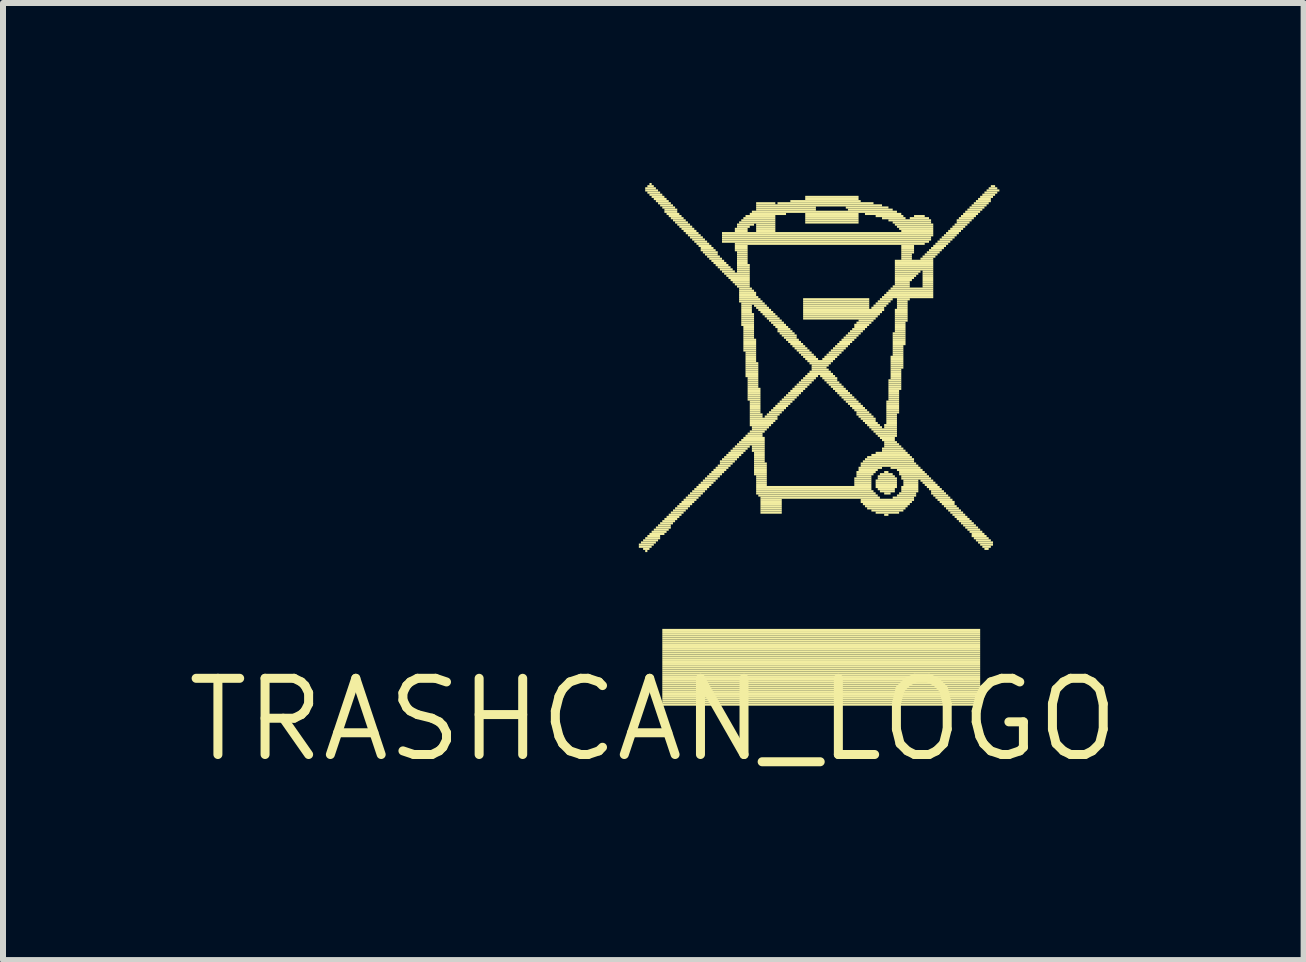
<source format=kicad_pcb>
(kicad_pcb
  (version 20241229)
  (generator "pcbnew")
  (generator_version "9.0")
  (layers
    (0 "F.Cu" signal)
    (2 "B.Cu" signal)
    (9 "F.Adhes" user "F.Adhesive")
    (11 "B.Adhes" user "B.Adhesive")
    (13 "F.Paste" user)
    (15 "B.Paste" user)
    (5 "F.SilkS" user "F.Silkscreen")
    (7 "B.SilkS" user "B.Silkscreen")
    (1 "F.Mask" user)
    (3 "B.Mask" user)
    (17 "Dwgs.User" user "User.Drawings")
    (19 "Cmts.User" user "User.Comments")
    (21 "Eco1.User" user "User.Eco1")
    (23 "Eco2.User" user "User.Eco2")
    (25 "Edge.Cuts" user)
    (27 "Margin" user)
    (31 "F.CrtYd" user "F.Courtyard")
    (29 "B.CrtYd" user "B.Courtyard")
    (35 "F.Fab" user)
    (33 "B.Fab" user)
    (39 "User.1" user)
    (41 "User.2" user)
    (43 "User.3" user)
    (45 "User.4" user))
  (footprint "TRASHCAN_LOGO"
    (layer "F.Cu")
    (at 7.839 8.946)
    (property "Reference" "TRASHCAN_LOGO" (at 0 0 0) (layer "F.SilkS") (effects (font (size 1.27 1.27) (thickness 0.15))))
    (fp_poly (pts (xy -0.241 -2.901) (xy 0.008 -2.901) (xy 0.008 -2.936) (xy -0.241 -2.936)) (stroke (width 0) (type default)) (fill yes) (layer "F.SilkS"))
    (fp_poly (pts (xy -0.241 -2.865) (xy -0.028 -2.865) (xy -0.028 -2.901) (xy -0.241 -2.901)) (stroke (width 0) (type default)) (fill yes) (layer "F.SilkS"))
    (fp_poly (pts (xy -0.206 -2.936) (xy 0.043 -2.936) (xy 0.043 -2.972) (xy -0.206 -2.972)) (stroke (width 0) (type default)) (fill yes) (layer "F.SilkS"))
    (fp_poly (pts (xy -0.17 -2.972) (xy 0.079 -2.972) (xy 0.079 -3.007) (xy -0.17 -3.007)) (stroke (width 0) (type default)) (fill yes) (layer "F.SilkS"))
    (fp_poly (pts (xy -0.17 -2.83) (xy -0.064 -2.83) (xy -0.064 -2.865) (xy -0.17 -2.865)) (stroke (width 0) (type default)) (fill yes) (layer "F.SilkS"))
    (fp_poly (pts (xy -0.135 -8.839) (xy 0.043 -8.839) (xy 0.043 -8.875) (xy -0.135 -8.875)) (stroke (width 0) (type default)) (fill yes) (layer "F.SilkS"))
    (fp_poly (pts (xy -0.135 -8.804) (xy 0.079 -8.804) (xy 0.079 -8.839) (xy -0.135 -8.839)) (stroke (width 0) (type default)) (fill yes) (layer "F.SilkS"))
    (fp_poly (pts (xy -0.135 -3.007) (xy 0.114 -3.007) (xy 0.114 -3.043) (xy -0.135 -3.043)) (stroke (width 0) (type default)) (fill yes) (layer "F.SilkS"))
    (fp_poly (pts (xy -0.135 -2.794) (xy -0.099 -2.794) (xy -0.099 -2.83) (xy -0.135 -2.83)) (stroke (width 0) (type default)) (fill yes) (layer "F.SilkS"))
    (fp_poly (pts (xy -0.099 -8.875) (xy 0.008 -8.875) (xy 0.008 -8.91) (xy -0.099 -8.91)) (stroke (width 0) (type default)) (fill yes) (layer "F.SilkS"))
    (fp_poly (pts (xy -0.099 -8.768) (xy 0.114 -8.768) (xy 0.114 -8.804) (xy -0.099 -8.804)) (stroke (width 0) (type default)) (fill yes) (layer "F.SilkS"))
    (fp_poly (pts (xy -0.099 -3.043) (xy 0.114 -3.043) (xy 0.114 -3.079) (xy -0.099 -3.079)) (stroke (width 0) (type default)) (fill yes) (layer "F.SilkS"))
    (fp_poly (pts (xy -0.064 -8.91) (xy -0.028 -8.91) (xy -0.028 -8.946) (xy -0.064 -8.946)) (stroke (width 0) (type default)) (fill yes) (layer "F.SilkS"))
    (fp_poly (pts (xy -0.064 -8.732) (xy 0.15 -8.732) (xy 0.15 -8.768) (xy -0.064 -8.768)) (stroke (width 0) (type default)) (fill yes) (layer "F.SilkS"))
    (fp_poly (pts (xy -0.064 -3.079) (xy 0.185 -3.079) (xy 0.185 -3.114) (xy -0.064 -3.114)) (stroke (width 0) (type default)) (fill yes) (layer "F.SilkS"))
    (fp_poly (pts (xy -0.028 -8.697) (xy 0.185 -8.697) (xy 0.185 -8.732) (xy -0.028 -8.732)) (stroke (width 0) (type default)) (fill yes) (layer "F.SilkS"))
    (fp_poly (pts (xy -0.028 -3.114) (xy 0.221 -3.114) (xy 0.221 -3.15) (xy -0.028 -3.15)) (stroke (width 0) (type default)) (fill yes) (layer "F.SilkS"))
    (fp_poly (pts (xy 0.008 -8.661) (xy 0.221 -8.661) (xy 0.221 -8.697) (xy 0.008 -8.697)) (stroke (width 0) (type default)) (fill yes) (layer "F.SilkS"))
    (fp_poly (pts (xy 0.008 -3.15) (xy 0.257 -3.15) (xy 0.257 -3.185) (xy 0.008 -3.185)) (stroke (width 0) (type default)) (fill yes) (layer "F.SilkS"))
    (fp_poly (pts (xy 0.043 -8.626) (xy 0.257 -8.626) (xy 0.257 -8.661) (xy 0.043 -8.661)) (stroke (width 0) (type default)) (fill yes) (layer "F.SilkS"))
    (fp_poly (pts (xy 0.043 -3.185) (xy 0.292 -3.185) (xy 0.292 -3.221) (xy 0.043 -3.221)) (stroke (width 0) (type default)) (fill yes) (layer "F.SilkS"))
    (fp_poly (pts (xy 0.079 -8.59) (xy 0.292 -8.59) (xy 0.292 -8.626) (xy 0.079 -8.626)) (stroke (width 0) (type default)) (fill yes) (layer "F.SilkS"))
    (fp_poly (pts (xy 0.079 -3.221) (xy 0.292 -3.221) (xy 0.292 -3.256) (xy 0.079 -3.256)) (stroke (width 0) (type default)) (fill yes) (layer "F.SilkS"))
    (fp_poly (pts (xy 0.114 -8.555) (xy 0.328 -8.555) (xy 0.328 -8.59) (xy 0.114 -8.59)) (stroke (width 0) (type default)) (fill yes) (layer "F.SilkS"))
    (fp_poly (pts (xy 0.114 -3.256) (xy 0.328 -3.256) (xy 0.328 -3.292) (xy 0.114 -3.292)) (stroke (width 0) (type default)) (fill yes) (layer "F.SilkS"))
    (fp_poly (pts (xy 0.15 -8.519) (xy 0.363 -8.519) (xy 0.363 -8.555) (xy 0.15 -8.555)) (stroke (width 0) (type default)) (fill yes) (layer "F.SilkS"))
    (fp_poly (pts (xy 0.15 -3.292) (xy 0.363 -3.292) (xy 0.363 -3.327) (xy 0.15 -3.327)) (stroke (width 0) (type default)) (fill yes) (layer "F.SilkS"))
    (fp_poly (pts (xy 0.15 -1.478) (xy 5.448 -1.478) (xy 5.448 -1.514) (xy 0.15 -1.514)) (stroke (width 0) (type default)) (fill yes) (layer "F.SilkS"))
    (fp_poly (pts (xy 0.15 -1.443) (xy 5.448 -1.443) (xy 5.448 -1.478) (xy 0.15 -1.478)) (stroke (width 0) (type default)) (fill yes) (layer "F.SilkS"))
    (fp_poly (pts (xy 0.15 -1.407) (xy 5.448 -1.407) (xy 5.448 -1.443) (xy 0.15 -1.443)) (stroke (width 0) (type default)) (fill yes) (layer "F.SilkS"))
    (fp_poly (pts (xy 0.15 -1.372) (xy 5.448 -1.372) (xy 5.448 -1.407) (xy 0.15 -1.407)) (stroke (width 0) (type default)) (fill yes) (layer "F.SilkS"))
    (fp_poly (pts (xy 0.15 -1.336) (xy 5.448 -1.336) (xy 5.448 -1.372) (xy 0.15 -1.372)) (stroke (width 0) (type default)) (fill yes) (layer "F.SilkS"))
    (fp_poly (pts (xy 0.15 -1.3) (xy 5.448 -1.3) (xy 5.448 -1.336) (xy 0.15 -1.336)) (stroke (width 0) (type default)) (fill yes) (layer "F.SilkS"))
    (fp_poly (pts (xy 0.15 -1.265) (xy 5.448 -1.265) (xy 5.448 -1.3) (xy 0.15 -1.3)) (stroke (width 0) (type default)) (fill yes) (layer "F.SilkS"))
    (fp_poly (pts (xy 0.15 -1.229) (xy 5.448 -1.229) (xy 5.448 -1.265) (xy 0.15 -1.265)) (stroke (width 0) (type default)) (fill yes) (layer "F.SilkS"))
    (fp_poly (pts (xy 0.15 -1.194) (xy 5.448 -1.194) (xy 5.448 -1.229) (xy 0.15 -1.229)) (stroke (width 0) (type default)) (fill yes) (layer "F.SilkS"))
    (fp_poly (pts (xy 0.15 -1.158) (xy 5.448 -1.158) (xy 5.448 -1.194) (xy 0.15 -1.194)) (stroke (width 0) (type default)) (fill yes) (layer "F.SilkS"))
    (fp_poly (pts (xy 0.15 -1.123) (xy 5.448 -1.123) (xy 5.448 -1.158) (xy 0.15 -1.158)) (stroke (width 0) (type default)) (fill yes) (layer "F.SilkS"))
    (fp_poly (pts (xy 0.15 -1.087) (xy 5.448 -1.087) (xy 5.448 -1.123) (xy 0.15 -1.123)) (stroke (width 0) (type default)) (fill yes) (layer "F.SilkS"))
    (fp_poly (pts (xy 0.15 -1.052) (xy 5.448 -1.052) (xy 5.448 -1.087) (xy 0.15 -1.087)) (stroke (width 0) (type default)) (fill yes) (layer "F.SilkS"))
    (fp_poly (pts (xy 0.15 -1.016) (xy 5.448 -1.016) (xy 5.448 -1.052) (xy 0.15 -1.052)) (stroke (width 0) (type default)) (fill yes) (layer "F.SilkS"))
    (fp_poly (pts (xy 0.15 -0.98) (xy 5.448 -0.98) (xy 5.448 -1.016) (xy 0.15 -1.016)) (stroke (width 0) (type default)) (fill yes) (layer "F.SilkS"))
    (fp_poly (pts (xy 0.15 -0.945) (xy 5.448 -0.945) (xy 5.448 -0.98) (xy 0.15 -0.98)) (stroke (width 0) (type default)) (fill yes) (layer "F.SilkS"))
    (fp_poly (pts (xy 0.15 -0.909) (xy 5.448 -0.909) (xy 5.448 -0.945) (xy 0.15 -0.945)) (stroke (width 0) (type default)) (fill yes) (layer "F.SilkS"))
    (fp_poly (pts (xy 0.15 -0.874) (xy 5.448 -0.874) (xy 5.448 -0.909) (xy 0.15 -0.909)) (stroke (width 0) (type default)) (fill yes) (layer "F.SilkS"))
    (fp_poly (pts (xy 0.15 -0.838) (xy 5.448 -0.838) (xy 5.448 -0.874) (xy 0.15 -0.874)) (stroke (width 0) (type default)) (fill yes) (layer "F.SilkS"))
    (fp_poly (pts (xy 0.15 -0.803) (xy 5.448 -0.803) (xy 5.448 -0.838) (xy 0.15 -0.838)) (stroke (width 0) (type default)) (fill yes) (layer "F.SilkS"))
    (fp_poly (pts (xy 0.15 -0.767) (xy 5.448 -0.767) (xy 5.448 -0.803) (xy 0.15 -0.803)) (stroke (width 0) (type default)) (fill yes) (layer "F.SilkS"))
    (fp_poly (pts (xy 0.15 -0.732) (xy 5.448 -0.732) (xy 5.448 -0.767) (xy 0.15 -0.767)) (stroke (width 0) (type default)) (fill yes) (layer "F.SilkS"))
    (fp_poly (pts (xy 0.15 -0.696) (xy 5.448 -0.696) (xy 5.448 -0.732) (xy 0.15 -0.732)) (stroke (width 0) (type default)) (fill yes) (layer "F.SilkS"))
    (fp_poly (pts (xy 0.15 -0.66) (xy 5.448 -0.66) (xy 5.448 -0.696) (xy 0.15 -0.696)) (stroke (width 0) (type default)) (fill yes) (layer "F.SilkS"))
    (fp_poly (pts (xy 0.15 -0.625) (xy 5.448 -0.625) (xy 5.448 -0.66) (xy 0.15 -0.66)) (stroke (width 0) (type default)) (fill yes) (layer "F.SilkS"))
    (fp_poly (pts (xy 0.15 -0.589) (xy 5.448 -0.589) (xy 5.448 -0.625) (xy 0.15 -0.625)) (stroke (width 0) (type default)) (fill yes) (layer "F.SilkS"))
    (fp_poly (pts (xy 0.15 -0.554) (xy 5.448 -0.554) (xy 5.448 -0.589) (xy 0.15 -0.589)) (stroke (width 0) (type default)) (fill yes) (layer "F.SilkS"))
    (fp_poly (pts (xy 0.15 -0.518) (xy 5.448 -0.518) (xy 5.448 -0.554) (xy 0.15 -0.554)) (stroke (width 0) (type default)) (fill yes) (layer "F.SilkS"))
    (fp_poly (pts (xy 0.15 -0.483) (xy 5.448 -0.483) (xy 5.448 -0.518) (xy 0.15 -0.518)) (stroke (width 0) (type default)) (fill yes) (layer "F.SilkS"))
    (fp_poly (pts (xy 0.15 -0.447) (xy 5.448 -0.447) (xy 5.448 -0.483) (xy 0.15 -0.483)) (stroke (width 0) (type default)) (fill yes) (layer "F.SilkS"))
    (fp_poly (pts (xy 0.15 -0.411) (xy 5.448 -0.411) (xy 5.448 -0.447) (xy 0.15 -0.447)) (stroke (width 0) (type default)) (fill yes) (layer "F.SilkS"))
    (fp_poly (pts (xy 0.15 -0.376) (xy 5.448 -0.376) (xy 5.448 -0.411) (xy 0.15 -0.411)) (stroke (width 0) (type default)) (fill yes) (layer "F.SilkS"))
    (fp_poly (pts (xy 0.15 -0.34) (xy 5.448 -0.34) (xy 5.448 -0.376) (xy 0.15 -0.376)) (stroke (width 0) (type default)) (fill yes) (layer "F.SilkS"))
    (fp_poly (pts (xy 0.15 -0.305) (xy 5.448 -0.305) (xy 5.448 -0.34) (xy 0.15 -0.34)) (stroke (width 0) (type default)) (fill yes) (layer "F.SilkS"))
    (fp_poly (pts (xy 0.15 -0.269) (xy 5.448 -0.269) (xy 5.448 -0.305) (xy 0.15 -0.305)) (stroke (width 0) (type default)) (fill yes) (layer "F.SilkS"))
    (fp_poly (pts (xy 0.15 -0.234) (xy 5.448 -0.234) (xy 5.448 -0.269) (xy 0.15 -0.269)) (stroke (width 0) (type default)) (fill yes) (layer "F.SilkS"))
    (fp_poly (pts (xy 0.185 -8.484) (xy 0.399 -8.484) (xy 0.399 -8.519) (xy 0.185 -8.519)) (stroke (width 0) (type default)) (fill yes) (layer "F.SilkS"))
    (fp_poly (pts (xy 0.185 -8.448) (xy 0.399 -8.448) (xy 0.399 -8.484) (xy 0.185 -8.484)) (stroke (width 0) (type default)) (fill yes) (layer "F.SilkS"))
    (fp_poly (pts (xy 0.185 -3.327) (xy 0.399 -3.327) (xy 0.399 -3.363) (xy 0.185 -3.363)) (stroke (width 0) (type default)) (fill yes) (layer "F.SilkS"))
    (fp_poly (pts (xy 0.221 -8.412) (xy 0.434 -8.412) (xy 0.434 -8.448) (xy 0.221 -8.448)) (stroke (width 0) (type default)) (fill yes) (layer "F.SilkS"))
    (fp_poly (pts (xy 0.221 -3.363) (xy 0.434 -3.363) (xy 0.434 -3.398) (xy 0.221 -3.398)) (stroke (width 0) (type default)) (fill yes) (layer "F.SilkS"))
    (fp_poly (pts (xy 0.257 -8.377) (xy 0.47 -8.377) (xy 0.47 -8.412) (xy 0.257 -8.412)) (stroke (width 0) (type default)) (fill yes) (layer "F.SilkS"))
    (fp_poly (pts (xy 0.257 -3.398) (xy 0.47 -3.398) (xy 0.47 -3.434) (xy 0.257 -3.434)) (stroke (width 0) (type default)) (fill yes) (layer "F.SilkS"))
    (fp_poly (pts (xy 0.292 -8.341) (xy 0.505 -8.341) (xy 0.505 -8.377) (xy 0.292 -8.377)) (stroke (width 0) (type default)) (fill yes) (layer "F.SilkS"))
    (fp_poly (pts (xy 0.292 -3.434) (xy 0.505 -3.434) (xy 0.505 -3.47) (xy 0.292 -3.47)) (stroke (width 0) (type default)) (fill yes) (layer "F.SilkS"))
    (fp_poly (pts (xy 0.328 -8.306) (xy 0.541 -8.306) (xy 0.541 -8.341) (xy 0.328 -8.341)) (stroke (width 0) (type default)) (fill yes) (layer "F.SilkS"))
    (fp_poly (pts (xy 0.328 -3.47) (xy 0.541 -3.47) (xy 0.541 -3.505) (xy 0.328 -3.505)) (stroke (width 0) (type default)) (fill yes) (layer "F.SilkS"))
    (fp_poly (pts (xy 0.363 -8.27) (xy 0.577 -8.27) (xy 0.577 -8.306) (xy 0.363 -8.306)) (stroke (width 0) (type default)) (fill yes) (layer "F.SilkS"))
    (fp_poly (pts (xy 0.363 -3.505) (xy 0.577 -3.505) (xy 0.577 -3.541) (xy 0.363 -3.541)) (stroke (width 0) (type default)) (fill yes) (layer "F.SilkS"))
    (fp_poly (pts (xy 0.399 -8.235) (xy 0.612 -8.235) (xy 0.612 -8.27) (xy 0.399 -8.27)) (stroke (width 0) (type default)) (fill yes) (layer "F.SilkS"))
    (fp_poly (pts (xy 0.399 -3.541) (xy 0.612 -3.541) (xy 0.612 -3.576) (xy 0.399 -3.576)) (stroke (width 0) (type default)) (fill yes) (layer "F.SilkS"))
    (fp_poly (pts (xy 0.434 -8.199) (xy 0.648 -8.199) (xy 0.648 -8.235) (xy 0.434 -8.235)) (stroke (width 0) (type default)) (fill yes) (layer "F.SilkS"))
    (fp_poly (pts (xy 0.434 -3.576) (xy 0.648 -3.576) (xy 0.648 -3.612) (xy 0.434 -3.612)) (stroke (width 0) (type default)) (fill yes) (layer "F.SilkS"))
    (fp_poly (pts (xy 0.47 -8.164) (xy 0.683 -8.164) (xy 0.683 -8.199) (xy 0.47 -8.199)) (stroke (width 0) (type default)) (fill yes) (layer "F.SilkS"))
    (fp_poly (pts (xy 0.47 -3.612) (xy 0.683 -3.612) (xy 0.683 -3.647) (xy 0.47 -3.647)) (stroke (width 0) (type default)) (fill yes) (layer "F.SilkS"))
    (fp_poly (pts (xy 0.505 -8.128) (xy 0.719 -8.128) (xy 0.719 -8.164) (xy 0.505 -8.164)) (stroke (width 0) (type default)) (fill yes) (layer "F.SilkS"))
    (fp_poly (pts (xy 0.505 -3.647) (xy 0.719 -3.647) (xy 0.719 -3.683) (xy 0.505 -3.683)) (stroke (width 0) (type default)) (fill yes) (layer "F.SilkS"))
    (fp_poly (pts (xy 0.541 -8.092) (xy 0.754 -8.092) (xy 0.754 -8.128) (xy 0.541 -8.128)) (stroke (width 0) (type default)) (fill yes) (layer "F.SilkS"))
    (fp_poly (pts (xy 0.541 -3.683) (xy 0.754 -3.683) (xy 0.754 -3.719) (xy 0.541 -3.719)) (stroke (width 0) (type default)) (fill yes) (layer "F.SilkS"))
    (fp_poly (pts (xy 0.577 -8.057) (xy 0.79 -8.057) (xy 0.79 -8.092) (xy 0.577 -8.092)) (stroke (width 0) (type default)) (fill yes) (layer "F.SilkS"))
    (fp_poly (pts (xy 0.577 -3.719) (xy 0.79 -3.719) (xy 0.79 -3.754) (xy 0.577 -3.754)) (stroke (width 0) (type default)) (fill yes) (layer "F.SilkS"))
    (fp_poly (pts (xy 0.612 -8.021) (xy 0.826 -8.021) (xy 0.826 -8.057) (xy 0.612 -8.057)) (stroke (width 0) (type default)) (fill yes) (layer "F.SilkS"))
    (fp_poly (pts (xy 0.612 -3.754) (xy 0.826 -3.754) (xy 0.826 -3.79) (xy 0.612 -3.79)) (stroke (width 0) (type default)) (fill yes) (layer "F.SilkS"))
    (fp_poly (pts (xy 0.648 -7.986) (xy 0.861 -7.986) (xy 0.861 -8.021) (xy 0.648 -8.021)) (stroke (width 0) (type default)) (fill yes) (layer "F.SilkS"))
    (fp_poly (pts (xy 0.648 -3.79) (xy 0.861 -3.79) (xy 0.861 -3.825) (xy 0.648 -3.825)) (stroke (width 0) (type default)) (fill yes) (layer "F.SilkS"))
    (fp_poly (pts (xy 0.683 -7.95) (xy 0.897 -7.95) (xy 0.897 -7.986) (xy 0.683 -7.986)) (stroke (width 0) (type default)) (fill yes) (layer "F.SilkS"))
    (fp_poly (pts (xy 0.683 -3.825) (xy 0.897 -3.825) (xy 0.897 -3.861) (xy 0.683 -3.861)) (stroke (width 0) (type default)) (fill yes) (layer "F.SilkS"))
    (fp_poly (pts (xy 0.719 -7.915) (xy 0.932 -7.915) (xy 0.932 -7.95) (xy 0.719 -7.95)) (stroke (width 0) (type default)) (fill yes) (layer "F.SilkS"))
    (fp_poly (pts (xy 0.719 -3.861) (xy 0.932 -3.861) (xy 0.932 -3.896) (xy 0.719 -3.896)) (stroke (width 0) (type default)) (fill yes) (layer "F.SilkS"))
    (fp_poly (pts (xy 0.754 -7.879) (xy 0.968 -7.879) (xy 0.968 -7.915) (xy 0.754 -7.915)) (stroke (width 0) (type default)) (fill yes) (layer "F.SilkS"))
    (fp_poly (pts (xy 0.754 -3.896) (xy 0.968 -3.896) (xy 0.968 -3.932) (xy 0.754 -3.932)) (stroke (width 0) (type default)) (fill yes) (layer "F.SilkS"))
    (fp_poly (pts (xy 0.79 -7.843) (xy 1.003 -7.843) (xy 1.003 -7.879) (xy 0.79 -7.879)) (stroke (width 0) (type default)) (fill yes) (layer "F.SilkS"))
    (fp_poly (pts (xy 0.79 -7.808) (xy 1.039 -7.808) (xy 1.039 -7.843) (xy 0.79 -7.843)) (stroke (width 0) (type default)) (fill yes) (layer "F.SilkS"))
    (fp_poly (pts (xy 0.79 -3.932) (xy 1.003 -3.932) (xy 1.003 -3.967) (xy 0.79 -3.967)) (stroke (width 0) (type default)) (fill yes) (layer "F.SilkS"))
    (fp_poly (pts (xy 0.826 -7.772) (xy 1.074 -7.772) (xy 1.074 -7.808) (xy 0.826 -7.808)) (stroke (width 0) (type default)) (fill yes) (layer "F.SilkS"))
    (fp_poly (pts (xy 0.826 -3.967) (xy 1.039 -3.967) (xy 1.039 -4.003) (xy 0.826 -4.003)) (stroke (width 0) (type default)) (fill yes) (layer "F.SilkS"))
    (fp_poly (pts (xy 0.861 -7.737) (xy 1.074 -7.737) (xy 1.074 -7.772) (xy 0.861 -7.772)) (stroke (width 0) (type default)) (fill yes) (layer "F.SilkS"))
    (fp_poly (pts (xy 0.861 -4.003) (xy 1.074 -4.003) (xy 1.074 -4.039) (xy 0.861 -4.039)) (stroke (width 0) (type default)) (fill yes) (layer "F.SilkS"))
    (fp_poly (pts (xy 0.897 -7.701) (xy 1.11 -7.701) (xy 1.11 -7.737) (xy 0.897 -7.737)) (stroke (width 0) (type default)) (fill yes) (layer "F.SilkS"))
    (fp_poly (pts (xy 0.897 -4.039) (xy 1.11 -4.039) (xy 1.11 -4.074) (xy 0.897 -4.074)) (stroke (width 0) (type default)) (fill yes) (layer "F.SilkS"))
    (fp_poly (pts (xy 0.932 -7.666) (xy 1.145 -7.666) (xy 1.145 -7.701) (xy 0.932 -7.701)) (stroke (width 0) (type default)) (fill yes) (layer "F.SilkS"))
    (fp_poly (pts (xy 0.932 -4.074) (xy 1.145 -4.074) (xy 1.145 -4.11) (xy 0.932 -4.11)) (stroke (width 0) (type default)) (fill yes) (layer "F.SilkS"))
    (fp_poly (pts (xy 0.968 -7.63) (xy 1.181 -7.63) (xy 1.181 -7.666) (xy 0.968 -7.666)) (stroke (width 0) (type default)) (fill yes) (layer "F.SilkS"))
    (fp_poly (pts (xy 0.968 -4.11) (xy 1.181 -4.11) (xy 1.181 -4.145) (xy 0.968 -4.145)) (stroke (width 0) (type default)) (fill yes) (layer "F.SilkS"))
    (fp_poly (pts (xy 1.003 -7.595) (xy 1.217 -7.595) (xy 1.217 -7.63) (xy 1.003 -7.63)) (stroke (width 0) (type default)) (fill yes) (layer "F.SilkS"))
    (fp_poly (pts (xy 1.003 -4.145) (xy 1.217 -4.145) (xy 1.217 -4.181) (xy 1.003 -4.181)) (stroke (width 0) (type default)) (fill yes) (layer "F.SilkS"))
    (fp_poly (pts (xy 1.039 -7.559) (xy 1.252 -7.559) (xy 1.252 -7.595) (xy 1.039 -7.595)) (stroke (width 0) (type default)) (fill yes) (layer "F.SilkS"))
    (fp_poly (pts (xy 1.039 -4.181) (xy 1.252 -4.181) (xy 1.252 -4.216) (xy 1.039 -4.216)) (stroke (width 0) (type default)) (fill yes) (layer "F.SilkS"))
    (fp_poly (pts (xy 1.074 -7.524) (xy 1.288 -7.524) (xy 1.288 -7.559) (xy 1.074 -7.559)) (stroke (width 0) (type default)) (fill yes) (layer "F.SilkS"))
    (fp_poly (pts (xy 1.074 -4.216) (xy 1.288 -4.216) (xy 1.288 -4.252) (xy 1.074 -4.252)) (stroke (width 0) (type default)) (fill yes) (layer "F.SilkS"))
    (fp_poly (pts (xy 1.11 -7.488) (xy 1.323 -7.488) (xy 1.323 -7.524) (xy 1.11 -7.524)) (stroke (width 0) (type default)) (fill yes) (layer "F.SilkS"))
    (fp_poly (pts (xy 1.11 -4.287) (xy 1.359 -4.287) (xy 1.359 -4.323) (xy 1.11 -4.323)) (stroke (width 0) (type default)) (fill yes) (layer "F.SilkS"))
    (fp_poly (pts (xy 1.11 -4.252) (xy 1.323 -4.252) (xy 1.323 -4.287) (xy 1.11 -4.287)) (stroke (width 0) (type default)) (fill yes) (layer "F.SilkS"))
    (fp_poly (pts (xy 1.145 -8.092) (xy 4.666 -8.092) (xy 4.666 -8.128) (xy 1.145 -8.128)) (stroke (width 0) (type default)) (fill yes) (layer "F.SilkS"))
    (fp_poly (pts (xy 1.145 -8.057) (xy 4.666 -8.057) (xy 4.666 -8.092) (xy 1.145 -8.092)) (stroke (width 0) (type default)) (fill yes) (layer "F.SilkS"))
    (fp_poly (pts (xy 1.145 -8.021) (xy 4.63 -8.021) (xy 4.63 -8.057) (xy 1.145 -8.057)) (stroke (width 0) (type default)) (fill yes) (layer "F.SilkS"))
    (fp_poly (pts (xy 1.145 -7.986) (xy 4.63 -7.986) (xy 4.63 -8.021) (xy 1.145 -8.021)) (stroke (width 0) (type default)) (fill yes) (layer "F.SilkS"))
    (fp_poly (pts (xy 1.145 -7.95) (xy 4.595 -7.95) (xy 4.595 -7.986) (xy 1.145 -7.986)) (stroke (width 0) (type default)) (fill yes) (layer "F.SilkS"))
    (fp_poly (pts (xy 1.145 -7.452) (xy 1.359 -7.452) (xy 1.359 -7.488) (xy 1.145 -7.488)) (stroke (width 0) (type default)) (fill yes) (layer "F.SilkS"))
    (fp_poly (pts (xy 1.145 -4.323) (xy 1.395 -4.323) (xy 1.395 -4.359) (xy 1.145 -4.359)) (stroke (width 0) (type default)) (fill yes) (layer "F.SilkS"))
    (fp_poly (pts (xy 1.181 -7.417) (xy 1.608 -7.417) (xy 1.608 -7.452) (xy 1.181 -7.452)) (stroke (width 0) (type default)) (fill yes) (layer "F.SilkS"))
    (fp_poly (pts (xy 1.181 -4.359) (xy 1.43 -4.359) (xy 1.43 -4.394) (xy 1.181 -4.394)) (stroke (width 0) (type default)) (fill yes) (layer "F.SilkS"))
    (fp_poly (pts (xy 1.217 -7.381) (xy 1.608 -7.381) (xy 1.608 -7.417) (xy 1.217 -7.417)) (stroke (width 0) (type default)) (fill yes) (layer "F.SilkS"))
    (fp_poly (pts (xy 1.217 -4.394) (xy 1.466 -4.394) (xy 1.466 -4.43) (xy 1.217 -4.43)) (stroke (width 0) (type default)) (fill yes) (layer "F.SilkS"))
    (fp_poly (pts (xy 1.252 -7.346) (xy 1.608 -7.346) (xy 1.608 -7.381) (xy 1.252 -7.381)) (stroke (width 0) (type default)) (fill yes) (layer "F.SilkS"))
    (fp_poly (pts (xy 1.252 -4.43) (xy 1.501 -4.43) (xy 1.501 -4.465) (xy 1.252 -4.465)) (stroke (width 0) (type default)) (fill yes) (layer "F.SilkS"))
    (fp_poly (pts (xy 1.288 -7.31) (xy 1.608 -7.31) (xy 1.608 -7.346) (xy 1.288 -7.346)) (stroke (width 0) (type default)) (fill yes) (layer "F.SilkS"))
    (fp_poly (pts (xy 1.288 -4.465) (xy 1.537 -4.465) (xy 1.537 -4.501) (xy 1.288 -4.501)) (stroke (width 0) (type default)) (fill yes) (layer "F.SilkS"))
    (fp_poly (pts (xy 1.323 -7.275) (xy 1.608 -7.275) (xy 1.608 -7.31) (xy 1.323 -7.31)) (stroke (width 0) (type default)) (fill yes) (layer "F.SilkS"))
    (fp_poly (pts (xy 1.323 -4.501) (xy 1.572 -4.501) (xy 1.572 -4.536) (xy 1.323 -4.536)) (stroke (width 0) (type default)) (fill yes) (layer "F.SilkS"))
    (fp_poly (pts (xy 1.359 -8.164) (xy 1.572 -8.164) (xy 1.572 -8.199) (xy 1.359 -8.199)) (stroke (width 0) (type default)) (fill yes) (layer "F.SilkS"))
    (fp_poly (pts (xy 1.359 -8.128) (xy 1.572 -8.128) (xy 1.572 -8.164) (xy 1.359 -8.164)) (stroke (width 0) (type default)) (fill yes) (layer "F.SilkS"))
    (fp_poly (pts (xy 1.359 -7.915) (xy 4.524 -7.915) (xy 4.524 -7.95) (xy 1.359 -7.95)) (stroke (width 0) (type default)) (fill yes) (layer "F.SilkS"))
    (fp_poly (pts (xy 1.359 -7.879) (xy 1.572 -7.879) (xy 1.572 -7.915) (xy 1.359 -7.915)) (stroke (width 0) (type default)) (fill yes) (layer "F.SilkS"))
    (fp_poly (pts (xy 1.359 -7.843) (xy 1.572 -7.843) (xy 1.572 -7.879) (xy 1.359 -7.879)) (stroke (width 0) (type default)) (fill yes) (layer "F.SilkS"))
    (fp_poly (pts (xy 1.359 -7.808) (xy 1.572 -7.808) (xy 1.572 -7.843) (xy 1.359 -7.843)) (stroke (width 0) (type default)) (fill yes) (layer "F.SilkS"))
    (fp_poly (pts (xy 1.359 -7.239) (xy 1.608 -7.239) (xy 1.608 -7.275) (xy 1.359 -7.275)) (stroke (width 0) (type default)) (fill yes) (layer "F.SilkS"))
    (fp_poly (pts (xy 1.359 -4.536) (xy 1.608 -4.536) (xy 1.608 -4.572) (xy 1.359 -4.572)) (stroke (width 0) (type default)) (fill yes) (layer "F.SilkS"))
    (fp_poly (pts (xy 1.395 -8.235) (xy 1.679 -8.235) (xy 1.679 -8.27) (xy 1.395 -8.27)) (stroke (width 0) (type default)) (fill yes) (layer "F.SilkS"))
    (fp_poly (pts (xy 1.395 -8.199) (xy 1.608 -8.199) (xy 1.608 -8.235) (xy 1.395 -8.235)) (stroke (width 0) (type default)) (fill yes) (layer "F.SilkS"))
    (fp_poly (pts (xy 1.395 -7.772) (xy 1.572 -7.772) (xy 1.572 -7.808) (xy 1.395 -7.808)) (stroke (width 0) (type default)) (fill yes) (layer "F.SilkS"))
    (fp_poly (pts (xy 1.395 -7.737) (xy 1.572 -7.737) (xy 1.572 -7.772) (xy 1.395 -7.772)) (stroke (width 0) (type default)) (fill yes) (layer "F.SilkS"))
    (fp_poly (pts (xy 1.395 -7.701) (xy 1.572 -7.701) (xy 1.572 -7.737) (xy 1.395 -7.737)) (stroke (width 0) (type default)) (fill yes) (layer "F.SilkS"))
    (fp_poly (pts (xy 1.395 -7.666) (xy 1.572 -7.666) (xy 1.572 -7.701) (xy 1.395 -7.701)) (stroke (width 0) (type default)) (fill yes) (layer "F.SilkS"))
    (fp_poly (pts (xy 1.395 -7.63) (xy 1.572 -7.63) (xy 1.572 -7.666) (xy 1.395 -7.666)) (stroke (width 0) (type default)) (fill yes) (layer "F.SilkS"))
    (fp_poly (pts (xy 1.395 -7.595) (xy 1.572 -7.595) (xy 1.572 -7.63) (xy 1.395 -7.63)) (stroke (width 0) (type default)) (fill yes) (layer "F.SilkS"))
    (fp_poly (pts (xy 1.395 -7.559) (xy 1.608 -7.559) (xy 1.608 -7.595) (xy 1.395 -7.595)) (stroke (width 0) (type default)) (fill yes) (layer "F.SilkS"))
    (fp_poly (pts (xy 1.395 -7.524) (xy 1.608 -7.524) (xy 1.608 -7.559) (xy 1.395 -7.559)) (stroke (width 0) (type default)) (fill yes) (layer "F.SilkS"))
    (fp_poly (pts (xy 1.395 -7.488) (xy 1.608 -7.488) (xy 1.608 -7.524) (xy 1.395 -7.524)) (stroke (width 0) (type default)) (fill yes) (layer "F.SilkS"))
    (fp_poly (pts (xy 1.395 -7.452) (xy 1.608 -7.452) (xy 1.608 -7.488) (xy 1.395 -7.488)) (stroke (width 0) (type default)) (fill yes) (layer "F.SilkS"))
    (fp_poly (pts (xy 1.395 -7.203) (xy 1.608 -7.203) (xy 1.608 -7.239) (xy 1.395 -7.239)) (stroke (width 0) (type default)) (fill yes) (layer "F.SilkS"))
    (fp_poly (pts (xy 1.395 -4.572) (xy 1.857 -4.572) (xy 1.857 -4.608) (xy 1.395 -4.608)) (stroke (width 0) (type default)) (fill yes) (layer "F.SilkS"))
    (fp_poly (pts (xy 1.43 -8.27) (xy 2.034 -8.27) (xy 2.034 -8.306) (xy 1.43 -8.306)) (stroke (width 0) (type default)) (fill yes) (layer "F.SilkS"))
    (fp_poly (pts (xy 1.43 -7.168) (xy 1.643 -7.168) (xy 1.643 -7.203) (xy 1.43 -7.203)) (stroke (width 0) (type default)) (fill yes) (layer "F.SilkS"))
    (fp_poly (pts (xy 1.43 -7.132) (xy 1.679 -7.132) (xy 1.679 -7.168) (xy 1.43 -7.168)) (stroke (width 0) (type default)) (fill yes) (layer "F.SilkS"))
    (fp_poly (pts (xy 1.43 -7.097) (xy 1.714 -7.097) (xy 1.714 -7.132) (xy 1.43 -7.132)) (stroke (width 0) (type default)) (fill yes) (layer "F.SilkS"))
    (fp_poly (pts (xy 1.43 -7.061) (xy 1.714 -7.061) (xy 1.714 -7.097) (xy 1.43 -7.097)) (stroke (width 0) (type default)) (fill yes) (layer "F.SilkS"))
    (fp_poly (pts (xy 1.43 -7.026) (xy 1.75 -7.026) (xy 1.75 -7.061) (xy 1.43 -7.061)) (stroke (width 0) (type default)) (fill yes) (layer "F.SilkS"))
    (fp_poly (pts (xy 1.43 -6.99) (xy 1.786 -6.99) (xy 1.786 -7.026) (xy 1.43 -7.026)) (stroke (width 0) (type default)) (fill yes) (layer "F.SilkS"))
    (fp_poly (pts (xy 1.43 -6.955) (xy 1.821 -6.955) (xy 1.821 -6.99) (xy 1.43 -6.99)) (stroke (width 0) (type default)) (fill yes) (layer "F.SilkS"))
    (fp_poly (pts (xy 1.43 -4.608) (xy 1.857 -4.608) (xy 1.857 -4.643) (xy 1.43 -4.643)) (stroke (width 0) (type default)) (fill yes) (layer "F.SilkS"))
    (fp_poly (pts (xy 1.466 -8.306) (xy 2.034 -8.306) (xy 2.034 -8.341) (xy 1.466 -8.341)) (stroke (width 0) (type default)) (fill yes) (layer "F.SilkS"))
    (fp_poly (pts (xy 1.466 -6.919) (xy 1.857 -6.919) (xy 1.857 -6.955) (xy 1.466 -6.955)) (stroke (width 0) (type default)) (fill yes) (layer "F.SilkS"))
    (fp_poly (pts (xy 1.466 -6.883) (xy 1.643 -6.883) (xy 1.643 -6.919) (xy 1.466 -6.919)) (stroke (width 0) (type default)) (fill yes) (layer "F.SilkS"))
    (fp_poly (pts (xy 1.466 -6.848) (xy 1.643 -6.848) (xy 1.643 -6.883) (xy 1.466 -6.883)) (stroke (width 0) (type default)) (fill yes) (layer "F.SilkS"))
    (fp_poly (pts (xy 1.466 -6.812) (xy 1.643 -6.812) (xy 1.643 -6.848) (xy 1.466 -6.848)) (stroke (width 0) (type default)) (fill yes) (layer "F.SilkS"))
    (fp_poly (pts (xy 1.466 -6.777) (xy 1.643 -6.777) (xy 1.643 -6.812) (xy 1.466 -6.812)) (stroke (width 0) (type default)) (fill yes) (layer "F.SilkS"))
    (fp_poly (pts (xy 1.466 -6.741) (xy 1.679 -6.741) (xy 1.679 -6.777) (xy 1.466 -6.777)) (stroke (width 0) (type default)) (fill yes) (layer "F.SilkS"))
    (fp_poly (pts (xy 1.466 -6.706) (xy 1.679 -6.706) (xy 1.679 -6.741) (xy 1.466 -6.741)) (stroke (width 0) (type default)) (fill yes) (layer "F.SilkS"))
    (fp_poly (pts (xy 1.466 -6.67) (xy 1.679 -6.67) (xy 1.679 -6.706) (xy 1.466 -6.706)) (stroke (width 0) (type default)) (fill yes) (layer "F.SilkS"))
    (fp_poly (pts (xy 1.466 -6.635) (xy 1.679 -6.635) (xy 1.679 -6.67) (xy 1.466 -6.67)) (stroke (width 0) (type default)) (fill yes) (layer "F.SilkS"))
    (fp_poly (pts (xy 1.466 -6.599) (xy 1.679 -6.599) (xy 1.679 -6.635) (xy 1.466 -6.635)) (stroke (width 0) (type default)) (fill yes) (layer "F.SilkS"))
    (fp_poly (pts (xy 1.466 -6.563) (xy 1.679 -6.563) (xy 1.679 -6.599) (xy 1.466 -6.599)) (stroke (width 0) (type default)) (fill yes) (layer "F.SilkS"))
    (fp_poly (pts (xy 1.466 -4.643) (xy 1.857 -4.643) (xy 1.857 -4.679) (xy 1.466 -4.679)) (stroke (width 0) (type default)) (fill yes) (layer "F.SilkS"))
    (fp_poly (pts (xy 1.501 -8.341) (xy 2.034 -8.341) (xy 2.034 -8.377) (xy 1.501 -8.377)) (stroke (width 0) (type default)) (fill yes) (layer "F.SilkS"))
    (fp_poly (pts (xy 1.501 -6.528) (xy 1.679 -6.528) (xy 1.679 -6.563) (xy 1.501 -6.563)) (stroke (width 0) (type default)) (fill yes) (layer "F.SilkS"))
    (fp_poly (pts (xy 1.501 -6.492) (xy 1.679 -6.492) (xy 1.679 -6.528) (xy 1.501 -6.528)) (stroke (width 0) (type default)) (fill yes) (layer "F.SilkS"))
    (fp_poly (pts (xy 1.501 -6.457) (xy 1.679 -6.457) (xy 1.679 -6.492) (xy 1.501 -6.492)) (stroke (width 0) (type default)) (fill yes) (layer "F.SilkS"))
    (fp_poly (pts (xy 1.501 -6.421) (xy 1.679 -6.421) (xy 1.679 -6.457) (xy 1.501 -6.457)) (stroke (width 0) (type default)) (fill yes) (layer "F.SilkS"))
    (fp_poly (pts (xy 1.501 -6.386) (xy 1.679 -6.386) (xy 1.679 -6.421) (xy 1.501 -6.421)) (stroke (width 0) (type default)) (fill yes) (layer "F.SilkS"))
    (fp_poly (pts (xy 1.501 -6.35) (xy 1.679 -6.35) (xy 1.679 -6.386) (xy 1.501 -6.386)) (stroke (width 0) (type default)) (fill yes) (layer "F.SilkS"))
    (fp_poly (pts (xy 1.501 -6.314) (xy 1.714 -6.314) (xy 1.714 -6.35) (xy 1.501 -6.35)) (stroke (width 0) (type default)) (fill yes) (layer "F.SilkS"))
    (fp_poly (pts (xy 1.501 -6.279) (xy 1.714 -6.279) (xy 1.714 -6.314) (xy 1.501 -6.314)) (stroke (width 0) (type default)) (fill yes) (layer "F.SilkS"))
    (fp_poly (pts (xy 1.501 -6.243) (xy 1.714 -6.243) (xy 1.714 -6.279) (xy 1.501 -6.279)) (stroke (width 0) (type default)) (fill yes) (layer "F.SilkS"))
    (fp_poly (pts (xy 1.501 -6.208) (xy 1.714 -6.208) (xy 1.714 -6.243) (xy 1.501 -6.243)) (stroke (width 0) (type default)) (fill yes) (layer "F.SilkS"))
    (fp_poly (pts (xy 1.501 -6.172) (xy 1.714 -6.172) (xy 1.714 -6.208) (xy 1.501 -6.208)) (stroke (width 0) (type default)) (fill yes) (layer "F.SilkS"))
    (fp_poly (pts (xy 1.501 -6.137) (xy 1.714 -6.137) (xy 1.714 -6.172) (xy 1.501 -6.172)) (stroke (width 0) (type default)) (fill yes) (layer "F.SilkS"))
    (fp_poly (pts (xy 1.501 -4.679) (xy 1.857 -4.679) (xy 1.857 -4.714) (xy 1.501 -4.714)) (stroke (width 0) (type default)) (fill yes) (layer "F.SilkS"))
    (fp_poly (pts (xy 1.537 -8.377) (xy 2.034 -8.377) (xy 2.034 -8.412) (xy 1.537 -8.412)) (stroke (width 0) (type default)) (fill yes) (layer "F.SilkS"))
    (fp_poly (pts (xy 1.537 -6.101) (xy 1.714 -6.101) (xy 1.714 -6.137) (xy 1.537 -6.137)) (stroke (width 0) (type default)) (fill yes) (layer "F.SilkS"))
    (fp_poly (pts (xy 1.537 -6.066) (xy 1.714 -6.066) (xy 1.714 -6.101) (xy 1.537 -6.101)) (stroke (width 0) (type default)) (fill yes) (layer "F.SilkS"))
    (fp_poly (pts (xy 1.537 -6.03) (xy 1.714 -6.03) (xy 1.714 -6.066) (xy 1.537 -6.066)) (stroke (width 0) (type default)) (fill yes) (layer "F.SilkS"))
    (fp_poly (pts (xy 1.537 -5.994) (xy 1.714 -5.994) (xy 1.714 -6.03) (xy 1.537 -6.03)) (stroke (width 0) (type default)) (fill yes) (layer "F.SilkS"))
    (fp_poly (pts (xy 1.537 -5.959) (xy 1.714 -5.959) (xy 1.714 -5.994) (xy 1.537 -5.994)) (stroke (width 0) (type default)) (fill yes) (layer "F.SilkS"))
    (fp_poly (pts (xy 1.537 -5.923) (xy 1.75 -5.923) (xy 1.75 -5.959) (xy 1.537 -5.959)) (stroke (width 0) (type default)) (fill yes) (layer "F.SilkS"))
    (fp_poly (pts (xy 1.537 -5.888) (xy 1.75 -5.888) (xy 1.75 -5.923) (xy 1.537 -5.923)) (stroke (width 0) (type default)) (fill yes) (layer "F.SilkS"))
    (fp_poly (pts (xy 1.537 -5.852) (xy 1.75 -5.852) (xy 1.75 -5.888) (xy 1.537 -5.888)) (stroke (width 0) (type default)) (fill yes) (layer "F.SilkS"))
    (fp_poly (pts (xy 1.537 -5.817) (xy 1.75 -5.817) (xy 1.75 -5.852) (xy 1.537 -5.852)) (stroke (width 0) (type default)) (fill yes) (layer "F.SilkS"))
    (fp_poly (pts (xy 1.537 -5.781) (xy 1.75 -5.781) (xy 1.75 -5.817) (xy 1.537 -5.817)) (stroke (width 0) (type default)) (fill yes) (layer "F.SilkS"))
    (fp_poly (pts (xy 1.537 -5.745) (xy 1.75 -5.745) (xy 1.75 -5.781) (xy 1.537 -5.781)) (stroke (width 0) (type default)) (fill yes) (layer "F.SilkS"))
    (fp_poly (pts (xy 1.537 -5.71) (xy 1.75 -5.71) (xy 1.75 -5.745) (xy 1.537 -5.745)) (stroke (width 0) (type default)) (fill yes) (layer "F.SilkS"))
    (fp_poly (pts (xy 1.537 -4.714) (xy 1.821 -4.714) (xy 1.821 -4.75) (xy 1.537 -4.75)) (stroke (width 0) (type default)) (fill yes) (layer "F.SilkS"))
    (fp_poly (pts (xy 1.572 -5.674) (xy 1.75 -5.674) (xy 1.75 -5.71) (xy 1.572 -5.71)) (stroke (width 0) (type default)) (fill yes) (layer "F.SilkS"))
    (fp_poly (pts (xy 1.572 -5.639) (xy 1.75 -5.639) (xy 1.75 -5.674) (xy 1.572 -5.674)) (stroke (width 0) (type default)) (fill yes) (layer "F.SilkS"))
    (fp_poly (pts (xy 1.572 -5.603) (xy 1.75 -5.603) (xy 1.75 -5.639) (xy 1.572 -5.639)) (stroke (width 0) (type default)) (fill yes) (layer "F.SilkS"))
    (fp_poly (pts (xy 1.572 -5.568) (xy 1.75 -5.568) (xy 1.75 -5.603) (xy 1.572 -5.603)) (stroke (width 0) (type default)) (fill yes) (layer "F.SilkS"))
    (fp_poly (pts (xy 1.572 -5.532) (xy 1.75 -5.532) (xy 1.75 -5.568) (xy 1.572 -5.568)) (stroke (width 0) (type default)) (fill yes) (layer "F.SilkS"))
    (fp_poly (pts (xy 1.572 -5.497) (xy 1.786 -5.497) (xy 1.786 -5.532) (xy 1.572 -5.532)) (stroke (width 0) (type default)) (fill yes) (layer "F.SilkS"))
    (fp_poly (pts (xy 1.572 -5.461) (xy 1.786 -5.461) (xy 1.786 -5.497) (xy 1.572 -5.497)) (stroke (width 0) (type default)) (fill yes) (layer "F.SilkS"))
    (fp_poly (pts (xy 1.572 -5.425) (xy 1.786 -5.425) (xy 1.786 -5.461) (xy 1.572 -5.461)) (stroke (width 0) (type default)) (fill yes) (layer "F.SilkS"))
    (fp_poly (pts (xy 1.572 -5.39) (xy 1.786 -5.39) (xy 1.786 -5.425) (xy 1.572 -5.425)) (stroke (width 0) (type default)) (fill yes) (layer "F.SilkS"))
    (fp_poly (pts (xy 1.572 -5.354) (xy 1.786 -5.354) (xy 1.786 -5.39) (xy 1.572 -5.39)) (stroke (width 0) (type default)) (fill yes) (layer "F.SilkS"))
    (fp_poly (pts (xy 1.572 -5.319) (xy 1.786 -5.319) (xy 1.786 -5.354) (xy 1.572 -5.354)) (stroke (width 0) (type default)) (fill yes) (layer "F.SilkS"))
    (fp_poly (pts (xy 1.572 -4.75) (xy 1.821 -4.75) (xy 1.821 -4.785) (xy 1.572 -4.785)) (stroke (width 0) (type default)) (fill yes) (layer "F.SilkS"))
    (fp_poly (pts (xy 1.608 -8.412) (xy 2.212 -8.412) (xy 2.212 -8.448) (xy 1.608 -8.448)) (stroke (width 0) (type default)) (fill yes) (layer "F.SilkS"))
    (fp_poly (pts (xy 1.608 -5.283) (xy 1.786 -5.283) (xy 1.786 -5.319) (xy 1.608 -5.319)) (stroke (width 0) (type default)) (fill yes) (layer "F.SilkS"))
    (fp_poly (pts (xy 1.608 -5.248) (xy 1.786 -5.248) (xy 1.786 -5.283) (xy 1.608 -5.283)) (stroke (width 0) (type default)) (fill yes) (layer "F.SilkS"))
    (fp_poly (pts (xy 1.608 -5.212) (xy 1.786 -5.212) (xy 1.786 -5.248) (xy 1.608 -5.248)) (stroke (width 0) (type default)) (fill yes) (layer "F.SilkS"))
    (fp_poly (pts (xy 1.608 -5.176) (xy 1.786 -5.176) (xy 1.786 -5.212) (xy 1.608 -5.212)) (stroke (width 0) (type default)) (fill yes) (layer "F.SilkS"))
    (fp_poly (pts (xy 1.608 -5.141) (xy 1.786 -5.141) (xy 1.786 -5.176) (xy 1.608 -5.176)) (stroke (width 0) (type default)) (fill yes) (layer "F.SilkS"))
    (fp_poly (pts (xy 1.608 -5.105) (xy 1.786 -5.105) (xy 1.786 -5.141) (xy 1.608 -5.141)) (stroke (width 0) (type default)) (fill yes) (layer "F.SilkS"))
    (fp_poly (pts (xy 1.608 -5.07) (xy 1.821 -5.07) (xy 1.821 -5.105) (xy 1.608 -5.105)) (stroke (width 0) (type default)) (fill yes) (layer "F.SilkS"))
    (fp_poly (pts (xy 1.608 -5.034) (xy 1.821 -5.034) (xy 1.821 -5.07) (xy 1.608 -5.07)) (stroke (width 0) (type default)) (fill yes) (layer "F.SilkS"))
    (fp_poly (pts (xy 1.608 -4.999) (xy 2.07 -4.999) (xy 2.07 -5.034) (xy 1.608 -5.034)) (stroke (width 0) (type default)) (fill yes) (layer "F.SilkS"))
    (fp_poly (pts (xy 1.608 -4.963) (xy 2.034 -4.963) (xy 2.034 -4.999) (xy 1.608 -4.999)) (stroke (width 0) (type default)) (fill yes) (layer "F.SilkS"))
    (fp_poly (pts (xy 1.608 -4.928) (xy 1.999 -4.928) (xy 1.999 -4.963) (xy 1.608 -4.963)) (stroke (width 0) (type default)) (fill yes) (layer "F.SilkS"))
    (fp_poly (pts (xy 1.608 -4.892) (xy 1.963 -4.892) (xy 1.963 -4.928) (xy 1.608 -4.928)) (stroke (width 0) (type default)) (fill yes) (layer "F.SilkS"))
    (fp_poly (pts (xy 1.608 -4.785) (xy 1.857 -4.785) (xy 1.857 -4.821) (xy 1.608 -4.821)) (stroke (width 0) (type default)) (fill yes) (layer "F.SilkS"))
    (fp_poly (pts (xy 1.643 -8.448) (xy 4.061 -8.448) (xy 4.061 -8.484) (xy 1.643 -8.484)) (stroke (width 0) (type default)) (fill yes) (layer "F.SilkS"))
    (fp_poly (pts (xy 1.643 -4.856) (xy 1.928 -4.856) (xy 1.928 -4.892) (xy 1.643 -4.892)) (stroke (width 0) (type default)) (fill yes) (layer "F.SilkS"))
    (fp_poly (pts (xy 1.643 -4.821) (xy 1.892 -4.821) (xy 1.892 -4.856) (xy 1.643 -4.856)) (stroke (width 0) (type default)) (fill yes) (layer "F.SilkS"))
    (fp_poly (pts (xy 1.643 -4.536) (xy 1.857 -4.536) (xy 1.857 -4.572) (xy 1.643 -4.572)) (stroke (width 0) (type default)) (fill yes) (layer "F.SilkS"))
    (fp_poly (pts (xy 1.643 -4.501) (xy 1.857 -4.501) (xy 1.857 -4.536) (xy 1.643 -4.536)) (stroke (width 0) (type default)) (fill yes) (layer "F.SilkS"))
    (fp_poly (pts (xy 1.643 -4.465) (xy 1.857 -4.465) (xy 1.857 -4.501) (xy 1.643 -4.501)) (stroke (width 0) (type default)) (fill yes) (layer "F.SilkS"))
    (fp_poly (pts (xy 1.679 -6.883) (xy 1.892 -6.883) (xy 1.892 -6.919) (xy 1.679 -6.919)) (stroke (width 0) (type default)) (fill yes) (layer "F.SilkS"))
    (fp_poly (pts (xy 1.679 -4.43) (xy 1.857 -4.43) (xy 1.857 -4.465) (xy 1.679 -4.465)) (stroke (width 0) (type default)) (fill yes) (layer "F.SilkS"))
    (fp_poly (pts (xy 1.679 -4.394) (xy 1.857 -4.394) (xy 1.857 -4.43) (xy 1.679 -4.43)) (stroke (width 0) (type default)) (fill yes) (layer "F.SilkS"))
    (fp_poly (pts (xy 1.679 -4.359) (xy 1.857 -4.359) (xy 1.857 -4.394) (xy 1.679 -4.394)) (stroke (width 0) (type default)) (fill yes) (layer "F.SilkS"))
    (fp_poly (pts (xy 1.679 -4.323) (xy 1.857 -4.323) (xy 1.857 -4.359) (xy 1.679 -4.359)) (stroke (width 0) (type default)) (fill yes) (layer "F.SilkS"))
    (fp_poly (pts (xy 1.679 -4.287) (xy 1.857 -4.287) (xy 1.857 -4.323) (xy 1.679 -4.323)) (stroke (width 0) (type default)) (fill yes) (layer "F.SilkS"))
    (fp_poly (pts (xy 1.679 -4.252) (xy 1.892 -4.252) (xy 1.892 -4.287) (xy 1.679 -4.287)) (stroke (width 0) (type default)) (fill yes) (layer "F.SilkS"))
    (fp_poly (pts (xy 1.679 -4.216) (xy 1.892 -4.216) (xy 1.892 -4.252) (xy 1.679 -4.252)) (stroke (width 0) (type default)) (fill yes) (layer "F.SilkS"))
    (fp_poly (pts (xy 1.679 -4.181) (xy 1.892 -4.181) (xy 1.892 -4.216) (xy 1.679 -4.216)) (stroke (width 0) (type default)) (fill yes) (layer "F.SilkS"))
    (fp_poly (pts (xy 1.679 -4.145) (xy 1.892 -4.145) (xy 1.892 -4.181) (xy 1.679 -4.181)) (stroke (width 0) (type default)) (fill yes) (layer "F.SilkS"))
    (fp_poly (pts (xy 1.679 -4.11) (xy 1.892 -4.11) (xy 1.892 -4.145) (xy 1.679 -4.145)) (stroke (width 0) (type default)) (fill yes) (layer "F.SilkS"))
    (fp_poly (pts (xy 1.679 -4.074) (xy 1.892 -4.074) (xy 1.892 -4.11) (xy 1.679 -4.11)) (stroke (width 0) (type default)) (fill yes) (layer "F.SilkS"))
    (fp_poly (pts (xy 1.714 -8.59) (xy 2.034 -8.59) (xy 2.034 -8.626) (xy 1.714 -8.626)) (stroke (width 0) (type default)) (fill yes) (layer "F.SilkS"))
    (fp_poly (pts (xy 1.714 -8.555) (xy 3.812 -8.555) (xy 3.812 -8.59) (xy 1.714 -8.59)) (stroke (width 0) (type default)) (fill yes) (layer "F.SilkS"))
    (fp_poly (pts (xy 1.714 -8.519) (xy 2.71 -8.519) (xy 2.71 -8.555) (xy 1.714 -8.555)) (stroke (width 0) (type default)) (fill yes) (layer "F.SilkS"))
    (fp_poly (pts (xy 1.714 -8.484) (xy 2.71 -8.484) (xy 2.71 -8.519) (xy 1.714 -8.519)) (stroke (width 0) (type default)) (fill yes) (layer "F.SilkS"))
    (fp_poly (pts (xy 1.714 -8.235) (xy 2.034 -8.235) (xy 2.034 -8.27) (xy 1.714 -8.27)) (stroke (width 0) (type default)) (fill yes) (layer "F.SilkS"))
    (fp_poly (pts (xy 1.714 -8.199) (xy 2.034 -8.199) (xy 2.034 -8.235) (xy 1.714 -8.235)) (stroke (width 0) (type default)) (fill yes) (layer "F.SilkS"))
    (fp_poly (pts (xy 1.714 -8.164) (xy 2.034 -8.164) (xy 2.034 -8.199) (xy 1.714 -8.199)) (stroke (width 0) (type default)) (fill yes) (layer "F.SilkS"))
    (fp_poly (pts (xy 1.714 -8.128) (xy 2.034 -8.128) (xy 2.034 -8.164) (xy 1.714 -8.164)) (stroke (width 0) (type default)) (fill yes) (layer "F.SilkS"))
    (fp_poly (pts (xy 1.714 -6.848) (xy 1.928 -6.848) (xy 1.928 -6.883) (xy 1.714 -6.883)) (stroke (width 0) (type default)) (fill yes) (layer "F.SilkS"))
    (fp_poly (pts (xy 1.714 -4.039) (xy 1.892 -4.039) (xy 1.892 -4.074) (xy 1.714 -4.074)) (stroke (width 0) (type default)) (fill yes) (layer "F.SilkS"))
    (fp_poly (pts (xy 1.714 -4.003) (xy 1.892 -4.003) (xy 1.892 -4.039) (xy 1.714 -4.039)) (stroke (width 0) (type default)) (fill yes) (layer "F.SilkS"))
    (fp_poly (pts (xy 1.714 -3.967) (xy 1.892 -3.967) (xy 1.892 -4.003) (xy 1.714 -4.003)) (stroke (width 0) (type default)) (fill yes) (layer "F.SilkS"))
    (fp_poly (pts (xy 1.714 -3.932) (xy 1.892 -3.932) (xy 1.892 -3.967) (xy 1.714 -3.967)) (stroke (width 0) (type default)) (fill yes) (layer "F.SilkS"))
    (fp_poly (pts (xy 1.714 -3.896) (xy 1.892 -3.896) (xy 1.892 -3.932) (xy 1.714 -3.932)) (stroke (width 0) (type default)) (fill yes) (layer "F.SilkS"))
    (fp_poly (pts (xy 1.714 -3.861) (xy 3.635 -3.861) (xy 3.635 -3.896) (xy 1.714 -3.896)) (stroke (width 0) (type default)) (fill yes) (layer "F.SilkS"))
    (fp_poly (pts (xy 1.714 -3.825) (xy 3.635 -3.825) (xy 3.635 -3.861) (xy 1.714 -3.861)) (stroke (width 0) (type default)) (fill yes) (layer "F.SilkS"))
    (fp_poly (pts (xy 1.714 -3.79) (xy 3.67 -3.79) (xy 3.67 -3.825) (xy 1.714 -3.825)) (stroke (width 0) (type default)) (fill yes) (layer "F.SilkS"))
    (fp_poly (pts (xy 1.714 -3.754) (xy 3.706 -3.754) (xy 3.706 -3.79) (xy 1.714 -3.79)) (stroke (width 0) (type default)) (fill yes) (layer "F.SilkS"))
    (fp_poly (pts (xy 1.75 -6.812) (xy 1.963 -6.812) (xy 1.963 -6.848) (xy 1.75 -6.848)) (stroke (width 0) (type default)) (fill yes) (layer "F.SilkS"))
    (fp_poly (pts (xy 1.75 -3.719) (xy 3.741 -3.719) (xy 3.741 -3.754) (xy 1.75 -3.754)) (stroke (width 0) (type default)) (fill yes) (layer "F.SilkS"))
    (fp_poly (pts (xy 1.786 -6.777) (xy 1.999 -6.777) (xy 1.999 -6.812) (xy 1.786 -6.812)) (stroke (width 0) (type default)) (fill yes) (layer "F.SilkS"))
    (fp_poly (pts (xy 1.786 -3.683) (xy 3.777 -3.683) (xy 3.777 -3.719) (xy 1.786 -3.719)) (stroke (width 0) (type default)) (fill yes) (layer "F.SilkS"))
    (fp_poly (pts (xy 1.786 -3.647) (xy 2.141 -3.647) (xy 2.141 -3.683) (xy 1.786 -3.683)) (stroke (width 0) (type default)) (fill yes) (layer "F.SilkS"))
    (fp_poly (pts (xy 1.786 -3.612) (xy 2.141 -3.612) (xy 2.141 -3.647) (xy 1.786 -3.647)) (stroke (width 0) (type default)) (fill yes) (layer "F.SilkS"))
    (fp_poly (pts (xy 1.786 -3.576) (xy 2.141 -3.576) (xy 2.141 -3.612) (xy 1.786 -3.612)) (stroke (width 0) (type default)) (fill yes) (layer "F.SilkS"))
    (fp_poly (pts (xy 1.786 -3.541) (xy 2.141 -3.541) (xy 2.141 -3.576) (xy 1.786 -3.576)) (stroke (width 0) (type default)) (fill yes) (layer "F.SilkS"))
    (fp_poly (pts (xy 1.786 -3.505) (xy 2.141 -3.505) (xy 2.141 -3.541) (xy 1.786 -3.541)) (stroke (width 0) (type default)) (fill yes) (layer "F.SilkS"))
    (fp_poly (pts (xy 1.786 -3.47) (xy 2.141 -3.47) (xy 2.141 -3.505) (xy 1.786 -3.505)) (stroke (width 0) (type default)) (fill yes) (layer "F.SilkS"))
    (fp_poly (pts (xy 1.786 -3.434) (xy 2.141 -3.434) (xy 2.141 -3.47) (xy 1.786 -3.47)) (stroke (width 0) (type default)) (fill yes) (layer "F.SilkS"))
    (fp_poly (pts (xy 1.821 -6.741) (xy 2.034 -6.741) (xy 2.034 -6.777) (xy 1.821 -6.777)) (stroke (width 0) (type default)) (fill yes) (layer "F.SilkS"))
    (fp_poly (pts (xy 1.857 -6.706) (xy 2.07 -6.706) (xy 2.07 -6.741) (xy 1.857 -6.741)) (stroke (width 0) (type default)) (fill yes) (layer "F.SilkS"))
    (fp_poly (pts (xy 1.857 -5.034) (xy 2.07 -5.034) (xy 2.07 -5.07) (xy 1.857 -5.07)) (stroke (width 0) (type default)) (fill yes) (layer "F.SilkS"))
    (fp_poly (pts (xy 1.892 -6.67) (xy 2.106 -6.67) (xy 2.106 -6.706) (xy 1.892 -6.706)) (stroke (width 0) (type default)) (fill yes) (layer "F.SilkS"))
    (fp_poly (pts (xy 1.892 -5.07) (xy 2.106 -5.07) (xy 2.106 -5.105) (xy 1.892 -5.105)) (stroke (width 0) (type default)) (fill yes) (layer "F.SilkS"))
    (fp_poly (pts (xy 1.928 -6.635) (xy 2.141 -6.635) (xy 2.141 -6.67) (xy 1.928 -6.67)) (stroke (width 0) (type default)) (fill yes) (layer "F.SilkS"))
    (fp_poly (pts (xy 1.928 -5.105) (xy 2.141 -5.105) (xy 2.141 -5.141) (xy 1.928 -5.141)) (stroke (width 0) (type default)) (fill yes) (layer "F.SilkS"))
    (fp_poly (pts (xy 1.963 -6.599) (xy 2.177 -6.599) (xy 2.177 -6.635) (xy 1.963 -6.635)) (stroke (width 0) (type default)) (fill yes) (layer "F.SilkS"))
    (fp_poly (pts (xy 1.963 -5.141) (xy 2.177 -5.141) (xy 2.177 -5.176) (xy 1.963 -5.176)) (stroke (width 0) (type default)) (fill yes) (layer "F.SilkS"))
    (fp_poly (pts (xy 1.999 -6.563) (xy 2.212 -6.563) (xy 2.212 -6.599) (xy 1.999 -6.599)) (stroke (width 0) (type default)) (fill yes) (layer "F.SilkS"))
    (fp_poly (pts (xy 1.999 -5.176) (xy 2.212 -5.176) (xy 2.212 -5.212) (xy 1.999 -5.212)) (stroke (width 0) (type default)) (fill yes) (layer "F.SilkS"))
    (fp_poly (pts (xy 2.034 -6.528) (xy 2.248 -6.528) (xy 2.248 -6.563) (xy 2.034 -6.563)) (stroke (width 0) (type default)) (fill yes) (layer "F.SilkS"))
    (fp_poly (pts (xy 2.034 -5.212) (xy 2.248 -5.212) (xy 2.248 -5.248) (xy 2.034 -5.248)) (stroke (width 0) (type default)) (fill yes) (layer "F.SilkS"))
    (fp_poly (pts (xy 2.07 -8.59) (xy 3.67 -8.59) (xy 3.67 -8.626) (xy 2.07 -8.626)) (stroke (width 0) (type default)) (fill yes) (layer "F.SilkS"))
    (fp_poly (pts (xy 2.07 -6.492) (xy 2.284 -6.492) (xy 2.284 -6.528) (xy 2.07 -6.528)) (stroke (width 0) (type default)) (fill yes) (layer "F.SilkS"))
    (fp_poly (pts (xy 2.07 -6.457) (xy 2.319 -6.457) (xy 2.319 -6.492) (xy 2.07 -6.492)) (stroke (width 0) (type default)) (fill yes) (layer "F.SilkS"))
    (fp_poly (pts (xy 2.07 -5.248) (xy 2.284 -5.248) (xy 2.284 -5.283) (xy 2.07 -5.283)) (stroke (width 0) (type default)) (fill yes) (layer "F.SilkS"))
    (fp_poly (pts (xy 2.106 -6.421) (xy 2.355 -6.421) (xy 2.355 -6.457) (xy 2.106 -6.457)) (stroke (width 0) (type default)) (fill yes) (layer "F.SilkS"))
    (fp_poly (pts (xy 2.106 -5.283) (xy 2.319 -5.283) (xy 2.319 -5.319) (xy 2.106 -5.319)) (stroke (width 0) (type default)) (fill yes) (layer "F.SilkS"))
    (fp_poly (pts (xy 2.141 -6.386) (xy 2.39 -6.386) (xy 2.39 -6.421) (xy 2.141 -6.421)) (stroke (width 0) (type default)) (fill yes) (layer "F.SilkS"))
    (fp_poly (pts (xy 2.141 -5.319) (xy 2.355 -5.319) (xy 2.355 -5.354) (xy 2.141 -5.354)) (stroke (width 0) (type default)) (fill yes) (layer "F.SilkS"))
    (fp_poly (pts (xy 2.177 -6.35) (xy 2.39 -6.35) (xy 2.39 -6.386) (xy 2.177 -6.386)) (stroke (width 0) (type default)) (fill yes) (layer "F.SilkS"))
    (fp_poly (pts (xy 2.177 -5.354) (xy 2.39 -5.354) (xy 2.39 -5.39) (xy 2.177 -5.39)) (stroke (width 0) (type default)) (fill yes) (layer "F.SilkS"))
    (fp_poly (pts (xy 2.212 -6.314) (xy 2.426 -6.314) (xy 2.426 -6.35) (xy 2.212 -6.35)) (stroke (width 0) (type default)) (fill yes) (layer "F.SilkS"))
    (fp_poly (pts (xy 2.212 -5.39) (xy 2.426 -5.39) (xy 2.426 -5.425) (xy 2.212 -5.425)) (stroke (width 0) (type default)) (fill yes) (layer "F.SilkS"))
    (fp_poly (pts (xy 2.248 -6.279) (xy 2.461 -6.279) (xy 2.461 -6.314) (xy 2.248 -6.314)) (stroke (width 0) (type default)) (fill yes) (layer "F.SilkS"))
    (fp_poly (pts (xy 2.248 -5.425) (xy 2.461 -5.425) (xy 2.461 -5.461) (xy 2.248 -5.461)) (stroke (width 0) (type default)) (fill yes) (layer "F.SilkS"))
    (fp_poly (pts (xy 2.284 -8.626) (xy 3.457 -8.626) (xy 3.457 -8.661) (xy 2.284 -8.661)) (stroke (width 0) (type default)) (fill yes) (layer "F.SilkS"))
    (fp_poly (pts (xy 2.284 -6.243) (xy 2.497 -6.243) (xy 2.497 -6.279) (xy 2.284 -6.279)) (stroke (width 0) (type default)) (fill yes) (layer "F.SilkS"))
    (fp_poly (pts (xy 2.284 -5.461) (xy 2.497 -5.461) (xy 2.497 -5.497) (xy 2.284 -5.497)) (stroke (width 0) (type default)) (fill yes) (layer "F.SilkS"))
    (fp_poly (pts (xy 2.319 -6.208) (xy 2.532 -6.208) (xy 2.532 -6.243) (xy 2.319 -6.243)) (stroke (width 0) (type default)) (fill yes) (layer "F.SilkS"))
    (fp_poly (pts (xy 2.319 -5.497) (xy 2.532 -5.497) (xy 2.532 -5.532) (xy 2.319 -5.532)) (stroke (width 0) (type default)) (fill yes) (layer "F.SilkS"))
    (fp_poly (pts (xy 2.355 -6.172) (xy 2.568 -6.172) (xy 2.568 -6.208) (xy 2.355 -6.208)) (stroke (width 0) (type default)) (fill yes) (layer "F.SilkS"))
    (fp_poly (pts (xy 2.355 -5.532) (xy 2.568 -5.532) (xy 2.568 -5.568) (xy 2.355 -5.568)) (stroke (width 0) (type default)) (fill yes) (layer "F.SilkS"))
    (fp_poly (pts (xy 2.39 -6.137) (xy 2.603 -6.137) (xy 2.603 -6.172) (xy 2.39 -6.172)) (stroke (width 0) (type default)) (fill yes) (layer "F.SilkS"))
    (fp_poly (pts (xy 2.39 -5.568) (xy 2.603 -5.568) (xy 2.603 -5.603) (xy 2.39 -5.603)) (stroke (width 0) (type default)) (fill yes) (layer "F.SilkS"))
    (fp_poly (pts (xy 2.426 -6.101) (xy 2.639 -6.101) (xy 2.639 -6.137) (xy 2.426 -6.137)) (stroke (width 0) (type default)) (fill yes) (layer "F.SilkS"))
    (fp_poly (pts (xy 2.426 -5.603) (xy 2.639 -5.603) (xy 2.639 -5.639) (xy 2.426 -5.639)) (stroke (width 0) (type default)) (fill yes) (layer "F.SilkS"))
    (fp_poly (pts (xy 2.461 -6.066) (xy 2.675 -6.066) (xy 2.675 -6.101) (xy 2.461 -6.101)) (stroke (width 0) (type default)) (fill yes) (layer "F.SilkS"))
    (fp_poly (pts (xy 2.461 -5.639) (xy 2.675 -5.639) (xy 2.675 -5.674) (xy 2.461 -5.674)) (stroke (width 0) (type default)) (fill yes) (layer "F.SilkS"))
    (fp_poly (pts (xy 2.497 -6.99) (xy 3.599 -6.99) (xy 3.599 -7.026) (xy 2.497 -7.026)) (stroke (width 0) (type default)) (fill yes) (layer "F.SilkS"))
    (fp_poly (pts (xy 2.497 -6.955) (xy 3.599 -6.955) (xy 3.599 -6.99) (xy 2.497 -6.99)) (stroke (width 0) (type default)) (fill yes) (layer "F.SilkS"))
    (fp_poly (pts (xy 2.497 -6.919) (xy 3.599 -6.919) (xy 3.599 -6.955) (xy 2.497 -6.955)) (stroke (width 0) (type default)) (fill yes) (layer "F.SilkS"))
    (fp_poly (pts (xy 2.497 -6.883) (xy 3.599 -6.883) (xy 3.599 -6.919) (xy 2.497 -6.919)) (stroke (width 0) (type default)) (fill yes) (layer "F.SilkS"))
    (fp_poly (pts (xy 2.497 -6.848) (xy 3.599 -6.848) (xy 3.599 -6.883) (xy 2.497 -6.883)) (stroke (width 0) (type default)) (fill yes) (layer "F.SilkS"))
    (fp_poly (pts (xy 2.497 -6.812) (xy 3.848 -6.812) (xy 3.848 -6.848) (xy 2.497 -6.848)) (stroke (width 0) (type default)) (fill yes) (layer "F.SilkS"))
    (fp_poly (pts (xy 2.497 -6.777) (xy 3.812 -6.777) (xy 3.812 -6.812) (xy 2.497 -6.812)) (stroke (width 0) (type default)) (fill yes) (layer "F.SilkS"))
    (fp_poly (pts (xy 2.497 -6.741) (xy 3.777 -6.741) (xy 3.777 -6.777) (xy 2.497 -6.777)) (stroke (width 0) (type default)) (fill yes) (layer "F.SilkS"))
    (fp_poly (pts (xy 2.497 -6.706) (xy 3.741 -6.706) (xy 3.741 -6.741) (xy 2.497 -6.741)) (stroke (width 0) (type default)) (fill yes) (layer "F.SilkS"))
    (fp_poly (pts (xy 2.497 -6.67) (xy 3.706 -6.67) (xy 3.706 -6.706) (xy 2.497 -6.706)) (stroke (width 0) (type default)) (fill yes) (layer "F.SilkS"))
    (fp_poly (pts (xy 2.497 -6.03) (xy 2.71 -6.03) (xy 2.71 -6.066) (xy 2.497 -6.066)) (stroke (width 0) (type default)) (fill yes) (layer "F.SilkS"))
    (fp_poly (pts (xy 2.497 -5.674) (xy 2.71 -5.674) (xy 2.71 -5.71) (xy 2.497 -5.71)) (stroke (width 0) (type default)) (fill yes) (layer "F.SilkS"))
    (fp_poly (pts (xy 2.532 -8.697) (xy 3.421 -8.697) (xy 3.421 -8.732) (xy 2.532 -8.732)) (stroke (width 0) (type default)) (fill yes) (layer "F.SilkS"))
    (fp_poly (pts (xy 2.532 -8.661) (xy 3.421 -8.661) (xy 3.421 -8.697) (xy 2.532 -8.697)) (stroke (width 0) (type default)) (fill yes) (layer "F.SilkS"))
    (fp_poly (pts (xy 2.532 -8.412) (xy 3.421 -8.412) (xy 3.421 -8.448) (xy 2.532 -8.448)) (stroke (width 0) (type default)) (fill yes) (layer "F.SilkS"))
    (fp_poly (pts (xy 2.532 -8.377) (xy 3.421 -8.377) (xy 3.421 -8.412) (xy 2.532 -8.412)) (stroke (width 0) (type default)) (fill yes) (layer "F.SilkS"))
    (fp_poly (pts (xy 2.532 -8.341) (xy 3.421 -8.341) (xy 3.421 -8.377) (xy 2.532 -8.377)) (stroke (width 0) (type default)) (fill yes) (layer "F.SilkS"))
    (fp_poly (pts (xy 2.532 -8.306) (xy 3.421 -8.306) (xy 3.421 -8.341) (xy 2.532 -8.341)) (stroke (width 0) (type default)) (fill yes) (layer "F.SilkS"))
    (fp_poly (pts (xy 2.532 -8.27) (xy 3.421 -8.27) (xy 3.421 -8.306) (xy 2.532 -8.306)) (stroke (width 0) (type default)) (fill yes) (layer "F.SilkS"))
    (fp_poly (pts (xy 2.532 -5.994) (xy 2.746 -5.994) (xy 2.746 -6.03) (xy 2.532 -6.03)) (stroke (width 0) (type default)) (fill yes) (layer "F.SilkS"))
    (fp_poly (pts (xy 2.532 -5.71) (xy 2.746 -5.71) (xy 2.746 -5.745) (xy 2.532 -5.745)) (stroke (width 0) (type default)) (fill yes) (layer "F.SilkS"))
    (fp_poly (pts (xy 2.568 -5.959) (xy 2.995 -5.959) (xy 2.995 -5.994) (xy 2.568 -5.994)) (stroke (width 0) (type default)) (fill yes) (layer "F.SilkS"))
    (fp_poly (pts (xy 2.568 -5.745) (xy 2.995 -5.745) (xy 2.995 -5.781) (xy 2.568 -5.781)) (stroke (width 0) (type default)) (fill yes) (layer "F.SilkS"))
    (fp_poly (pts (xy 2.603 -5.923) (xy 2.959 -5.923) (xy 2.959 -5.959) (xy 2.603 -5.959)) (stroke (width 0) (type default)) (fill yes) (layer "F.SilkS"))
    (fp_poly (pts (xy 2.603 -5.781) (xy 2.959 -5.781) (xy 2.959 -5.817) (xy 2.603 -5.817)) (stroke (width 0) (type default)) (fill yes) (layer "F.SilkS"))
    (fp_poly (pts (xy 2.639 -5.888) (xy 2.924 -5.888) (xy 2.924 -5.923) (xy 2.639 -5.923)) (stroke (width 0) (type default)) (fill yes) (layer "F.SilkS"))
    (fp_poly (pts (xy 2.639 -5.852) (xy 2.888 -5.852) (xy 2.888 -5.888) (xy 2.639 -5.888)) (stroke (width 0) (type default)) (fill yes) (layer "F.SilkS"))
    (fp_poly (pts (xy 2.639 -5.817) (xy 2.924 -5.817) (xy 2.924 -5.852) (xy 2.639 -5.852)) (stroke (width 0) (type default)) (fill yes) (layer "F.SilkS"))
    (fp_poly (pts (xy 2.781 -5.71) (xy 3.03 -5.71) (xy 3.03 -5.745) (xy 2.781 -5.745)) (stroke (width 0) (type default)) (fill yes) (layer "F.SilkS"))
    (fp_poly (pts (xy 2.817 -5.994) (xy 3.03 -5.994) (xy 3.03 -6.03) (xy 2.817 -6.03)) (stroke (width 0) (type default)) (fill yes) (layer "F.SilkS"))
    (fp_poly (pts (xy 2.817 -5.674) (xy 3.066 -5.674) (xy 3.066 -5.71) (xy 2.817 -5.71)) (stroke (width 0) (type default)) (fill yes) (layer "F.SilkS"))
    (fp_poly (pts (xy 2.852 -6.03) (xy 3.066 -6.03) (xy 3.066 -6.066) (xy 2.852 -6.066)) (stroke (width 0) (type default)) (fill yes) (layer "F.SilkS"))
    (fp_poly (pts (xy 2.852 -5.639) (xy 3.066 -5.639) (xy 3.066 -5.674) (xy 2.852 -5.674)) (stroke (width 0) (type default)) (fill yes) (layer "F.SilkS"))
    (fp_poly (pts (xy 2.888 -6.066) (xy 3.101 -6.066) (xy 3.101 -6.101) (xy 2.888 -6.101)) (stroke (width 0) (type default)) (fill yes) (layer "F.SilkS"))
    (fp_poly (pts (xy 2.888 -5.603) (xy 3.101 -5.603) (xy 3.101 -5.639) (xy 2.888 -5.639)) (stroke (width 0) (type default)) (fill yes) (layer "F.SilkS"))
    (fp_poly (pts (xy 2.924 -6.101) (xy 3.137 -6.101) (xy 3.137 -6.137) (xy 2.924 -6.137)) (stroke (width 0) (type default)) (fill yes) (layer "F.SilkS"))
    (fp_poly (pts (xy 2.924 -5.568) (xy 3.137 -5.568) (xy 3.137 -5.603) (xy 2.924 -5.603)) (stroke (width 0) (type default)) (fill yes) (layer "F.SilkS"))
    (fp_poly (pts (xy 2.959 -6.137) (xy 3.172 -6.137) (xy 3.172 -6.172) (xy 2.959 -6.172)) (stroke (width 0) (type default)) (fill yes) (layer "F.SilkS"))
    (fp_poly (pts (xy 2.959 -5.532) (xy 3.172 -5.532) (xy 3.172 -5.568) (xy 2.959 -5.568)) (stroke (width 0) (type default)) (fill yes) (layer "F.SilkS"))
    (fp_poly (pts (xy 2.995 -6.172) (xy 3.208 -6.172) (xy 3.208 -6.208) (xy 2.995 -6.208)) (stroke (width 0) (type default)) (fill yes) (layer "F.SilkS"))
    (fp_poly (pts (xy 2.995 -5.497) (xy 3.208 -5.497) (xy 3.208 -5.532) (xy 2.995 -5.532)) (stroke (width 0) (type default)) (fill yes) (layer "F.SilkS"))
    (fp_poly (pts (xy 3.03 -6.208) (xy 3.244 -6.208) (xy 3.244 -6.243) (xy 3.03 -6.243)) (stroke (width 0) (type default)) (fill yes) (layer "F.SilkS"))
    (fp_poly (pts (xy 3.03 -5.461) (xy 3.244 -5.461) (xy 3.244 -5.497) (xy 3.03 -5.497)) (stroke (width 0) (type default)) (fill yes) (layer "F.SilkS"))
    (fp_poly (pts (xy 3.066 -6.243) (xy 3.279 -6.243) (xy 3.279 -6.279) (xy 3.066 -6.279)) (stroke (width 0) (type default)) (fill yes) (layer "F.SilkS"))
    (fp_poly (pts (xy 3.066 -5.425) (xy 3.279 -5.425) (xy 3.279 -5.461) (xy 3.066 -5.461)) (stroke (width 0) (type default)) (fill yes) (layer "F.SilkS"))
    (fp_poly (pts (xy 3.101 -6.279) (xy 3.315 -6.279) (xy 3.315 -6.314) (xy 3.101 -6.314)) (stroke (width 0) (type default)) (fill yes) (layer "F.SilkS"))
    (fp_poly (pts (xy 3.101 -5.39) (xy 3.315 -5.39) (xy 3.315 -5.425) (xy 3.101 -5.425)) (stroke (width 0) (type default)) (fill yes) (layer "F.SilkS"))
    (fp_poly (pts (xy 3.137 -6.314) (xy 3.35 -6.314) (xy 3.35 -6.35) (xy 3.137 -6.35)) (stroke (width 0) (type default)) (fill yes) (layer "F.SilkS"))
    (fp_poly (pts (xy 3.137 -5.354) (xy 3.35 -5.354) (xy 3.35 -5.39) (xy 3.137 -5.39)) (stroke (width 0) (type default)) (fill yes) (layer "F.SilkS"))
    (fp_poly (pts (xy 3.172 -6.35) (xy 3.386 -6.35) (xy 3.386 -6.386) (xy 3.172 -6.386)) (stroke (width 0) (type default)) (fill yes) (layer "F.SilkS"))
    (fp_poly (pts (xy 3.172 -5.319) (xy 3.386 -5.319) (xy 3.386 -5.354) (xy 3.172 -5.354)) (stroke (width 0) (type default)) (fill yes) (layer "F.SilkS"))
    (fp_poly (pts (xy 3.208 -8.519) (xy 3.919 -8.519) (xy 3.919 -8.555) (xy 3.208 -8.555)) (stroke (width 0) (type default)) (fill yes) (layer "F.SilkS"))
    (fp_poly (pts (xy 3.208 -6.386) (xy 3.421 -6.386) (xy 3.421 -6.421) (xy 3.208 -6.421)) (stroke (width 0) (type default)) (fill yes) (layer "F.SilkS"))
    (fp_poly (pts (xy 3.208 -5.283) (xy 3.421 -5.283) (xy 3.421 -5.319) (xy 3.208 -5.319)) (stroke (width 0) (type default)) (fill yes) (layer "F.SilkS"))
    (fp_poly (pts (xy 3.244 -8.484) (xy 3.99 -8.484) (xy 3.99 -8.519) (xy 3.244 -8.519)) (stroke (width 0) (type default)) (fill yes) (layer "F.SilkS"))
    (fp_poly (pts (xy 3.244 -6.421) (xy 3.457 -6.421) (xy 3.457 -6.457) (xy 3.244 -6.457)) (stroke (width 0) (type default)) (fill yes) (layer "F.SilkS"))
    (fp_poly (pts (xy 3.244 -5.248) (xy 3.457 -5.248) (xy 3.457 -5.283) (xy 3.244 -5.283)) (stroke (width 0) (type default)) (fill yes) (layer "F.SilkS"))
    (fp_poly (pts (xy 3.279 -6.457) (xy 3.493 -6.457) (xy 3.493 -6.492) (xy 3.279 -6.492)) (stroke (width 0) (type default)) (fill yes) (layer "F.SilkS"))
    (fp_poly (pts (xy 3.279 -5.212) (xy 3.493 -5.212) (xy 3.493 -5.248) (xy 3.279 -5.248)) (stroke (width 0) (type default)) (fill yes) (layer "F.SilkS"))
    (fp_poly (pts (xy 3.315 -6.492) (xy 3.528 -6.492) (xy 3.528 -6.528) (xy 3.315 -6.528)) (stroke (width 0) (type default)) (fill yes) (layer "F.SilkS"))
    (fp_poly (pts (xy 3.315 -5.176) (xy 3.528 -5.176) (xy 3.528 -5.212) (xy 3.315 -5.212)) (stroke (width 0) (type default)) (fill yes) (layer "F.SilkS"))
    (fp_poly (pts (xy 3.35 -6.563) (xy 3.599 -6.563) (xy 3.599 -6.599) (xy 3.35 -6.599)) (stroke (width 0) (type default)) (fill yes) (layer "F.SilkS"))
    (fp_poly (pts (xy 3.35 -6.528) (xy 3.564 -6.528) (xy 3.564 -6.563) (xy 3.35 -6.563)) (stroke (width 0) (type default)) (fill yes) (layer "F.SilkS"))
    (fp_poly (pts (xy 3.35 -5.141) (xy 3.564 -5.141) (xy 3.564 -5.176) (xy 3.35 -5.176)) (stroke (width 0) (type default)) (fill yes) (layer "F.SilkS"))
    (fp_poly (pts (xy 3.35 -4.003) (xy 3.635 -4.003) (xy 3.635 -4.039) (xy 3.35 -4.039)) (stroke (width 0) (type default)) (fill yes) (layer "F.SilkS"))
    (fp_poly (pts (xy 3.35 -3.967) (xy 3.635 -3.967) (xy 3.635 -4.003) (xy 3.35 -4.003)) (stroke (width 0) (type default)) (fill yes) (layer "F.SilkS"))
    (fp_poly (pts (xy 3.35 -3.932) (xy 3.635 -3.932) (xy 3.635 -3.967) (xy 3.35 -3.967)) (stroke (width 0) (type default)) (fill yes) (layer "F.SilkS"))
    (fp_poly (pts (xy 3.35 -3.896) (xy 3.635 -3.896) (xy 3.635 -3.932) (xy 3.35 -3.932)) (stroke (width 0) (type default)) (fill yes) (layer "F.SilkS"))
    (fp_poly (pts (xy 3.386 -6.599) (xy 3.635 -6.599) (xy 3.635 -6.635) (xy 3.386 -6.635)) (stroke (width 0) (type default)) (fill yes) (layer "F.SilkS"))
    (fp_poly (pts (xy 3.386 -5.105) (xy 3.599 -5.105) (xy 3.599 -5.141) (xy 3.386 -5.141)) (stroke (width 0) (type default)) (fill yes) (layer "F.SilkS"))
    (fp_poly (pts (xy 3.386 -5.07) (xy 3.635 -5.07) (xy 3.635 -5.105) (xy 3.386 -5.105)) (stroke (width 0) (type default)) (fill yes) (layer "F.SilkS"))
    (fp_poly (pts (xy 3.386 -4.11) (xy 3.706 -4.11) (xy 3.706 -4.145) (xy 3.386 -4.145)) (stroke (width 0) (type default)) (fill yes) (layer "F.SilkS"))
    (fp_poly (pts (xy 3.386 -4.074) (xy 3.67 -4.074) (xy 3.67 -4.11) (xy 3.386 -4.11)) (stroke (width 0) (type default)) (fill yes) (layer "F.SilkS"))
    (fp_poly (pts (xy 3.386 -4.039) (xy 3.635 -4.039) (xy 3.635 -4.074) (xy 3.386 -4.074)) (stroke (width 0) (type default)) (fill yes) (layer "F.SilkS"))
    (fp_poly (pts (xy 3.421 -6.635) (xy 3.67 -6.635) (xy 3.67 -6.67) (xy 3.421 -6.67)) (stroke (width 0) (type default)) (fill yes) (layer "F.SilkS"))
    (fp_poly (pts (xy 3.421 -5.034) (xy 3.67 -5.034) (xy 3.67 -5.07) (xy 3.421 -5.07)) (stroke (width 0) (type default)) (fill yes) (layer "F.SilkS"))
    (fp_poly (pts (xy 3.421 -4.181) (xy 3.812 -4.181) (xy 3.812 -4.216) (xy 3.421 -4.216)) (stroke (width 0) (type default)) (fill yes) (layer "F.SilkS"))
    (fp_poly (pts (xy 3.421 -4.145) (xy 3.741 -4.145) (xy 3.741 -4.181) (xy 3.421 -4.181)) (stroke (width 0) (type default)) (fill yes) (layer "F.SilkS"))
    (fp_poly (pts (xy 3.457 -4.999) (xy 3.706 -4.999) (xy 3.706 -5.034) (xy 3.457 -5.034)) (stroke (width 0) (type default)) (fill yes) (layer "F.SilkS"))
    (fp_poly (pts (xy 3.457 -4.252) (xy 4.381 -4.252) (xy 4.381 -4.287) (xy 3.457 -4.287)) (stroke (width 0) (type default)) (fill yes) (layer "F.SilkS"))
    (fp_poly (pts (xy 3.457 -4.216) (xy 4.417 -4.216) (xy 4.417 -4.252) (xy 3.457 -4.252)) (stroke (width 0) (type default)) (fill yes) (layer "F.SilkS"))
    (fp_poly (pts (xy 3.457 -3.647) (xy 4.346 -3.647) (xy 4.346 -3.683) (xy 3.457 -3.683)) (stroke (width 0) (type default)) (fill yes) (layer "F.SilkS"))
    (fp_poly (pts (xy 3.457 -3.612) (xy 4.31 -3.612) (xy 4.31 -3.647) (xy 3.457 -3.647)) (stroke (width 0) (type default)) (fill yes) (layer "F.SilkS"))
    (fp_poly (pts (xy 3.493 -4.963) (xy 3.706 -4.963) (xy 3.706 -4.999) (xy 3.493 -4.999)) (stroke (width 0) (type default)) (fill yes) (layer "F.SilkS"))
    (fp_poly (pts (xy 3.493 -4.287) (xy 4.346 -4.287) (xy 4.346 -4.323) (xy 3.493 -4.323)) (stroke (width 0) (type default)) (fill yes) (layer "F.SilkS"))
    (fp_poly (pts (xy 3.493 -3.576) (xy 4.275 -3.576) (xy 4.275 -3.612) (xy 3.493 -3.612)) (stroke (width 0) (type default)) (fill yes) (layer "F.SilkS"))
    (fp_poly (pts (xy 3.528 -8.412) (xy 4.133 -8.412) (xy 4.133 -8.448) (xy 3.528 -8.448)) (stroke (width 0) (type default)) (fill yes) (layer "F.SilkS"))
    (fp_poly (pts (xy 3.528 -4.928) (xy 3.741 -4.928) (xy 3.741 -4.963) (xy 3.528 -4.963)) (stroke (width 0) (type default)) (fill yes) (layer "F.SilkS"))
    (fp_poly (pts (xy 3.528 -4.323) (xy 4.346 -4.323) (xy 4.346 -4.359) (xy 3.528 -4.359)) (stroke (width 0) (type default)) (fill yes) (layer "F.SilkS"))
    (fp_poly (pts (xy 3.528 -3.541) (xy 4.239 -3.541) (xy 4.239 -3.576) (xy 3.528 -3.576)) (stroke (width 0) (type default)) (fill yes) (layer "F.SilkS"))
    (fp_poly (pts (xy 3.564 -4.892) (xy 3.777 -4.892) (xy 3.777 -4.928) (xy 3.564 -4.928)) (stroke (width 0) (type default)) (fill yes) (layer "F.SilkS"))
    (fp_poly (pts (xy 3.564 -4.359) (xy 4.31 -4.359) (xy 4.31 -4.394) (xy 3.564 -4.394)) (stroke (width 0) (type default)) (fill yes) (layer "F.SilkS"))
    (fp_poly (pts (xy 3.564 -3.505) (xy 4.204 -3.505) (xy 4.204 -3.541) (xy 3.564 -3.541)) (stroke (width 0) (type default)) (fill yes) (layer "F.SilkS"))
    (fp_poly (pts (xy 3.599 -4.856) (xy 3.812 -4.856) (xy 3.812 -4.892) (xy 3.599 -4.892)) (stroke (width 0) (type default)) (fill yes) (layer "F.SilkS"))
    (fp_poly (pts (xy 3.635 -6.848) (xy 3.848 -6.848) (xy 3.848 -6.883) (xy 3.635 -6.883)) (stroke (width 0) (type default)) (fill yes) (layer "F.SilkS"))
    (fp_poly (pts (xy 3.635 -4.821) (xy 4.061 -4.821) (xy 4.061 -4.856) (xy 3.635 -4.856)) (stroke (width 0) (type default)) (fill yes) (layer "F.SilkS"))
    (fp_poly (pts (xy 3.635 -4.394) (xy 4.275 -4.394) (xy 4.275 -4.43) (xy 3.635 -4.43)) (stroke (width 0) (type default)) (fill yes) (layer "F.SilkS"))
    (fp_poly (pts (xy 3.635 -3.47) (xy 4.168 -3.47) (xy 4.168 -3.505) (xy 3.635 -3.505)) (stroke (width 0) (type default)) (fill yes) (layer "F.SilkS"))
    (fp_poly (pts (xy 3.67 -6.883) (xy 3.884 -6.883) (xy 3.884 -6.919) (xy 3.67 -6.919)) (stroke (width 0) (type default)) (fill yes) (layer "F.SilkS"))
    (fp_poly (pts (xy 3.67 -4.785) (xy 4.061 -4.785) (xy 4.061 -4.821) (xy 3.67 -4.821)) (stroke (width 0) (type default)) (fill yes) (layer "F.SilkS"))
    (fp_poly (pts (xy 3.706 -8.377) (xy 4.168 -8.377) (xy 4.168 -8.412) (xy 3.706 -8.412)) (stroke (width 0) (type default)) (fill yes) (layer "F.SilkS"))
    (fp_poly (pts (xy 3.706 -6.919) (xy 3.919 -6.919) (xy 3.919 -6.955) (xy 3.706 -6.955)) (stroke (width 0) (type default)) (fill yes) (layer "F.SilkS"))
    (fp_poly (pts (xy 3.706 -4.75) (xy 4.061 -4.75) (xy 4.061 -4.785) (xy 3.706 -4.785)) (stroke (width 0) (type default)) (fill yes) (layer "F.SilkS"))
    (fp_poly (pts (xy 3.706 -4.43) (xy 4.239 -4.43) (xy 4.239 -4.465) (xy 3.706 -4.465)) (stroke (width 0) (type default)) (fill yes) (layer "F.SilkS"))
    (fp_poly (pts (xy 3.706 -3.967) (xy 4.061 -3.967) (xy 4.061 -4.003) (xy 3.706 -4.003)) (stroke (width 0) (type default)) (fill yes) (layer "F.SilkS"))
    (fp_poly (pts (xy 3.706 -3.932) (xy 4.061 -3.932) (xy 4.061 -3.967) (xy 3.706 -3.967)) (stroke (width 0) (type default)) (fill yes) (layer "F.SilkS"))
    (fp_poly (pts (xy 3.706 -3.896) (xy 4.061 -3.896) (xy 4.061 -3.932) (xy 3.706 -3.932)) (stroke (width 0) (type default)) (fill yes) (layer "F.SilkS"))
    (fp_poly (pts (xy 3.706 -3.861) (xy 4.061 -3.861) (xy 4.061 -3.896) (xy 3.706 -3.896)) (stroke (width 0) (type default)) (fill yes) (layer "F.SilkS"))
    (fp_poly (pts (xy 3.706 -3.434) (xy 4.097 -3.434) (xy 4.097 -3.47) (xy 3.706 -3.47)) (stroke (width 0) (type default)) (fill yes) (layer "F.SilkS"))
    (fp_poly (pts (xy 3.741 -6.955) (xy 3.955 -6.955) (xy 3.955 -6.99) (xy 3.741 -6.99)) (stroke (width 0) (type default)) (fill yes) (layer "F.SilkS"))
    (fp_poly (pts (xy 3.741 -4.714) (xy 4.061 -4.714) (xy 4.061 -4.75) (xy 3.741 -4.75)) (stroke (width 0) (type default)) (fill yes) (layer "F.SilkS"))
    (fp_poly (pts (xy 3.741 -4.039) (xy 4.026 -4.039) (xy 4.026 -4.074) (xy 3.741 -4.074)) (stroke (width 0) (type default)) (fill yes) (layer "F.SilkS"))
    (fp_poly (pts (xy 3.741 -4.003) (xy 4.061 -4.003) (xy 4.061 -4.039) (xy 3.741 -4.039)) (stroke (width 0) (type default)) (fill yes) (layer "F.SilkS"))
    (fp_poly (pts (xy 3.741 -3.825) (xy 4.026 -3.825) (xy 4.026 -3.861) (xy 3.741 -3.861)) (stroke (width 0) (type default)) (fill yes) (layer "F.SilkS"))
    (fp_poly (pts (xy 3.777 -6.99) (xy 3.99 -6.99) (xy 3.99 -7.026) (xy 3.777 -7.026)) (stroke (width 0) (type default)) (fill yes) (layer "F.SilkS"))
    (fp_poly (pts (xy 3.777 -4.679) (xy 4.026 -4.679) (xy 4.026 -4.714) (xy 3.777 -4.714)) (stroke (width 0) (type default)) (fill yes) (layer "F.SilkS"))
    (fp_poly (pts (xy 3.777 -4.074) (xy 3.99 -4.074) (xy 3.99 -4.11) (xy 3.777 -4.11)) (stroke (width 0) (type default)) (fill yes) (layer "F.SilkS"))
    (fp_poly (pts (xy 3.777 -3.79) (xy 4.026 -3.79) (xy 4.026 -3.825) (xy 3.777 -3.825)) (stroke (width 0) (type default)) (fill yes) (layer "F.SilkS"))
    (fp_poly (pts (xy 3.812 -8.341) (xy 4.204 -8.341) (xy 4.204 -8.377) (xy 3.812 -8.377)) (stroke (width 0) (type default)) (fill yes) (layer "F.SilkS"))
    (fp_poly (pts (xy 3.812 -7.026) (xy 4.666 -7.026) (xy 4.666 -7.061) (xy 3.812 -7.061)) (stroke (width 0) (type default)) (fill yes) (layer "F.SilkS"))
    (fp_poly (pts (xy 3.812 -4.643) (xy 4.026 -4.643) (xy 4.026 -4.679) (xy 3.812 -4.679)) (stroke (width 0) (type default)) (fill yes) (layer "F.SilkS"))
    (fp_poly (pts (xy 3.812 -4.501) (xy 4.168 -4.501) (xy 4.168 -4.536) (xy 3.812 -4.536)) (stroke (width 0) (type default)) (fill yes) (layer "F.SilkS"))
    (fp_poly (pts (xy 3.812 -4.465) (xy 4.204 -4.465) (xy 4.204 -4.501) (xy 3.812 -4.501)) (stroke (width 0) (type default)) (fill yes) (layer "F.SilkS"))
    (fp_poly (pts (xy 3.848 -7.061) (xy 4.666 -7.061) (xy 4.666 -7.097) (xy 3.848 -7.097)) (stroke (width 0) (type default)) (fill yes) (layer "F.SilkS"))
    (fp_poly (pts (xy 3.848 -4.892) (xy 4.061 -4.892) (xy 4.061 -4.928) (xy 3.848 -4.928)) (stroke (width 0) (type default)) (fill yes) (layer "F.SilkS"))
    (fp_poly (pts (xy 3.848 -4.856) (xy 4.061 -4.856) (xy 4.061 -4.892) (xy 3.848 -4.892)) (stroke (width 0) (type default)) (fill yes) (layer "F.SilkS"))
    (fp_poly (pts (xy 3.848 -4.608) (xy 4.061 -4.608) (xy 4.061 -4.643) (xy 3.848 -4.643)) (stroke (width 0) (type default)) (fill yes) (layer "F.SilkS"))
    (fp_poly (pts (xy 3.848 -4.572) (xy 4.097 -4.572) (xy 4.097 -4.608) (xy 3.848 -4.608)) (stroke (width 0) (type default)) (fill yes) (layer "F.SilkS"))
    (fp_poly (pts (xy 3.848 -4.536) (xy 4.133 -4.536) (xy 4.133 -4.572) (xy 3.848 -4.572)) (stroke (width 0) (type default)) (fill yes) (layer "F.SilkS"))
    (fp_poly (pts (xy 3.848 -4.11) (xy 3.919 -4.11) (xy 3.919 -4.145) (xy 3.848 -4.145)) (stroke (width 0) (type default)) (fill yes) (layer "F.SilkS"))
    (fp_poly (pts (xy 3.848 -3.754) (xy 3.955 -3.754) (xy 3.955 -3.79) (xy 3.848 -3.79)) (stroke (width 0) (type default)) (fill yes) (layer "F.SilkS"))
    (fp_poly (pts (xy 3.848 -3.398) (xy 3.919 -3.398) (xy 3.919 -3.434) (xy 3.848 -3.434)) (stroke (width 0) (type default)) (fill yes) (layer "F.SilkS"))
    (fp_poly (pts (xy 3.884 -7.097) (xy 4.666 -7.097) (xy 4.666 -7.132) (xy 3.884 -7.132)) (stroke (width 0) (type default)) (fill yes) (layer "F.SilkS"))
    (fp_poly (pts (xy 3.884 -5.283) (xy 4.097 -5.283) (xy 4.097 -5.319) (xy 3.884 -5.319)) (stroke (width 0) (type default)) (fill yes) (layer "F.SilkS"))
    (fp_poly (pts (xy 3.884 -5.248) (xy 4.097 -5.248) (xy 4.097 -5.283) (xy 3.884 -5.283)) (stroke (width 0) (type default)) (fill yes) (layer "F.SilkS"))
    (fp_poly (pts (xy 3.884 -5.212) (xy 4.097 -5.212) (xy 4.097 -5.248) (xy 3.884 -5.248)) (stroke (width 0) (type default)) (fill yes) (layer "F.SilkS"))
    (fp_poly (pts (xy 3.884 -5.176) (xy 4.097 -5.176) (xy 4.097 -5.212) (xy 3.884 -5.212)) (stroke (width 0) (type default)) (fill yes) (layer "F.SilkS"))
    (fp_poly (pts (xy 3.884 -5.141) (xy 4.097 -5.141) (xy 4.097 -5.176) (xy 3.884 -5.176)) (stroke (width 0) (type default)) (fill yes) (layer "F.SilkS"))
    (fp_poly (pts (xy 3.884 -5.105) (xy 4.097 -5.105) (xy 4.097 -5.141) (xy 3.884 -5.141)) (stroke (width 0) (type default)) (fill yes) (layer "F.SilkS"))
    (fp_poly (pts (xy 3.884 -5.07) (xy 4.061 -5.07) (xy 4.061 -5.105) (xy 3.884 -5.105)) (stroke (width 0) (type default)) (fill yes) (layer "F.SilkS"))
    (fp_poly (pts (xy 3.884 -5.034) (xy 4.061 -5.034) (xy 4.061 -5.07) (xy 3.884 -5.07)) (stroke (width 0) (type default)) (fill yes) (layer "F.SilkS"))
    (fp_poly (pts (xy 3.884 -4.999) (xy 4.061 -4.999) (xy 4.061 -5.034) (xy 3.884 -5.034)) (stroke (width 0) (type default)) (fill yes) (layer "F.SilkS"))
    (fp_poly (pts (xy 3.884 -4.963) (xy 4.061 -4.963) (xy 4.061 -4.999) (xy 3.884 -4.999)) (stroke (width 0) (type default)) (fill yes) (layer "F.SilkS"))
    (fp_poly (pts (xy 3.884 -4.928) (xy 4.061 -4.928) (xy 4.061 -4.963) (xy 3.884 -4.963)) (stroke (width 0) (type default)) (fill yes) (layer "F.SilkS"))
    (fp_poly (pts (xy 3.919 -8.306) (xy 4.63 -8.306) (xy 4.63 -8.341) (xy 3.919 -8.341)) (stroke (width 0) (type default)) (fill yes) (layer "F.SilkS"))
    (fp_poly (pts (xy 3.919 -7.132) (xy 4.666 -7.132) (xy 4.666 -7.168) (xy 3.919 -7.168)) (stroke (width 0) (type default)) (fill yes) (layer "F.SilkS"))
    (fp_poly (pts (xy 3.919 -5.639) (xy 4.133 -5.639) (xy 4.133 -5.674) (xy 3.919 -5.674)) (stroke (width 0) (type default)) (fill yes) (layer "F.SilkS"))
    (fp_poly (pts (xy 3.919 -5.603) (xy 4.133 -5.603) (xy 4.133 -5.639) (xy 3.919 -5.639)) (stroke (width 0) (type default)) (fill yes) (layer "F.SilkS"))
    (fp_poly (pts (xy 3.919 -5.568) (xy 4.133 -5.568) (xy 4.133 -5.603) (xy 3.919 -5.603)) (stroke (width 0) (type default)) (fill yes) (layer "F.SilkS"))
    (fp_poly (pts (xy 3.919 -5.532) (xy 4.133 -5.532) (xy 4.133 -5.568) (xy 3.919 -5.568)) (stroke (width 0) (type default)) (fill yes) (layer "F.SilkS"))
    (fp_poly (pts (xy 3.919 -5.497) (xy 4.133 -5.497) (xy 4.133 -5.532) (xy 3.919 -5.532)) (stroke (width 0) (type default)) (fill yes) (layer "F.SilkS"))
    (fp_poly (pts (xy 3.919 -5.461) (xy 4.097 -5.461) (xy 4.097 -5.497) (xy 3.919 -5.497)) (stroke (width 0) (type default)) (fill yes) (layer "F.SilkS"))
    (fp_poly (pts (xy 3.919 -5.425) (xy 4.097 -5.425) (xy 4.097 -5.461) (xy 3.919 -5.461)) (stroke (width 0) (type default)) (fill yes) (layer "F.SilkS"))
    (fp_poly (pts (xy 3.919 -5.39) (xy 4.097 -5.39) (xy 4.097 -5.425) (xy 3.919 -5.425)) (stroke (width 0) (type default)) (fill yes) (layer "F.SilkS"))
    (fp_poly (pts (xy 3.919 -5.354) (xy 4.097 -5.354) (xy 4.097 -5.39) (xy 3.919 -5.39)) (stroke (width 0) (type default)) (fill yes) (layer "F.SilkS"))
    (fp_poly (pts (xy 3.919 -5.319) (xy 4.097 -5.319) (xy 4.097 -5.354) (xy 3.919 -5.354)) (stroke (width 0) (type default)) (fill yes) (layer "F.SilkS"))
    (fp_poly (pts (xy 3.955 -7.168) (xy 4.666 -7.168) (xy 4.666 -7.203) (xy 3.955 -7.203)) (stroke (width 0) (type default)) (fill yes) (layer "F.SilkS"))
    (fp_poly (pts (xy 3.955 -6.03) (xy 4.168 -6.03) (xy 4.168 -6.066) (xy 3.955 -6.066)) (stroke (width 0) (type default)) (fill yes) (layer "F.SilkS"))
    (fp_poly (pts (xy 3.955 -5.994) (xy 4.168 -5.994) (xy 4.168 -6.03) (xy 3.955 -6.03)) (stroke (width 0) (type default)) (fill yes) (layer "F.SilkS"))
    (fp_poly (pts (xy 3.955 -5.959) (xy 4.168 -5.959) (xy 4.168 -5.994) (xy 3.955 -5.994)) (stroke (width 0) (type default)) (fill yes) (layer "F.SilkS"))
    (fp_poly (pts (xy 3.955 -5.923) (xy 4.168 -5.923) (xy 4.168 -5.959) (xy 3.955 -5.959)) (stroke (width 0) (type default)) (fill yes) (layer "F.SilkS"))
    (fp_poly (pts (xy 3.955 -5.888) (xy 4.168 -5.888) (xy 4.168 -5.923) (xy 3.955 -5.923)) (stroke (width 0) (type default)) (fill yes) (layer "F.SilkS"))
    (fp_poly (pts (xy 3.955 -5.852) (xy 4.168 -5.852) (xy 4.168 -5.888) (xy 3.955 -5.888)) (stroke (width 0) (type default)) (fill yes) (layer "F.SilkS"))
    (fp_poly (pts (xy 3.955 -5.817) (xy 4.133 -5.817) (xy 4.133 -5.852) (xy 3.955 -5.852)) (stroke (width 0) (type default)) (fill yes) (layer "F.SilkS"))
    (fp_poly (pts (xy 3.955 -5.781) (xy 4.133 -5.781) (xy 4.133 -5.817) (xy 3.955 -5.817)) (stroke (width 0) (type default)) (fill yes) (layer "F.SilkS"))
    (fp_poly (pts (xy 3.955 -5.745) (xy 4.133 -5.745) (xy 4.133 -5.781) (xy 3.955 -5.781)) (stroke (width 0) (type default)) (fill yes) (layer "F.SilkS"))
    (fp_poly (pts (xy 3.955 -5.71) (xy 4.133 -5.71) (xy 4.133 -5.745) (xy 3.955 -5.745)) (stroke (width 0) (type default)) (fill yes) (layer "F.SilkS"))
    (fp_poly (pts (xy 3.955 -5.674) (xy 4.133 -5.674) (xy 4.133 -5.71) (xy 3.955 -5.71)) (stroke (width 0) (type default)) (fill yes) (layer "F.SilkS"))
    (fp_poly (pts (xy 3.955 -4.181) (xy 4.453 -4.181) (xy 4.453 -4.216) (xy 3.955 -4.216)) (stroke (width 0) (type default)) (fill yes) (layer "F.SilkS"))
    (fp_poly (pts (xy 3.99 -8.27) (xy 4.63 -8.27) (xy 4.63 -8.306) (xy 3.99 -8.306)) (stroke (width 0) (type default)) (fill yes) (layer "F.SilkS"))
    (fp_poly (pts (xy 3.99 -7.203) (xy 4.275 -7.203) (xy 4.275 -7.239) (xy 3.99 -7.239)) (stroke (width 0) (type default)) (fill yes) (layer "F.SilkS"))
    (fp_poly (pts (xy 3.99 -6.421) (xy 4.204 -6.421) (xy 4.204 -6.457) (xy 3.99 -6.457)) (stroke (width 0) (type default)) (fill yes) (layer "F.SilkS"))
    (fp_poly (pts (xy 3.99 -6.386) (xy 4.204 -6.386) (xy 4.204 -6.421) (xy 3.99 -6.421)) (stroke (width 0) (type default)) (fill yes) (layer "F.SilkS"))
    (fp_poly (pts (xy 3.99 -6.35) (xy 4.204 -6.35) (xy 4.204 -6.386) (xy 3.99 -6.386)) (stroke (width 0) (type default)) (fill yes) (layer "F.SilkS"))
    (fp_poly (pts (xy 3.99 -6.314) (xy 4.204 -6.314) (xy 4.204 -6.35) (xy 3.99 -6.35)) (stroke (width 0) (type default)) (fill yes) (layer "F.SilkS"))
    (fp_poly (pts (xy 3.99 -6.279) (xy 4.204 -6.279) (xy 4.204 -6.314) (xy 3.99 -6.314)) (stroke (width 0) (type default)) (fill yes) (layer "F.SilkS"))
    (fp_poly (pts (xy 3.99 -6.243) (xy 4.204 -6.243) (xy 4.204 -6.279) (xy 3.99 -6.279)) (stroke (width 0) (type default)) (fill yes) (layer "F.SilkS"))
    (fp_poly (pts (xy 3.99 -6.208) (xy 4.168 -6.208) (xy 4.168 -6.243) (xy 3.99 -6.243)) (stroke (width 0) (type default)) (fill yes) (layer "F.SilkS"))
    (fp_poly (pts (xy 3.99 -6.172) (xy 4.168 -6.172) (xy 4.168 -6.208) (xy 3.99 -6.208)) (stroke (width 0) (type default)) (fill yes) (layer "F.SilkS"))
    (fp_poly (pts (xy 3.99 -6.137) (xy 4.168 -6.137) (xy 4.168 -6.172) (xy 3.99 -6.172)) (stroke (width 0) (type default)) (fill yes) (layer "F.SilkS"))
    (fp_poly (pts (xy 3.99 -6.101) (xy 4.168 -6.101) (xy 4.168 -6.137) (xy 3.99 -6.137)) (stroke (width 0) (type default)) (fill yes) (layer "F.SilkS"))
    (fp_poly (pts (xy 3.99 -6.066) (xy 4.168 -6.066) (xy 4.168 -6.101) (xy 3.99 -6.101)) (stroke (width 0) (type default)) (fill yes) (layer "F.SilkS"))
    (fp_poly (pts (xy 3.99 -3.683) (xy 4.346 -3.683) (xy 4.346 -3.719) (xy 3.99 -3.719)) (stroke (width 0) (type default)) (fill yes) (layer "F.SilkS"))
    (fp_poly (pts (xy 4.026 -8.235) (xy 4.666 -8.235) (xy 4.666 -8.27) (xy 4.026 -8.27)) (stroke (width 0) (type default)) (fill yes) (layer "F.SilkS"))
    (fp_poly (pts (xy 4.026 -7.63) (xy 4.666 -7.63) (xy 4.666 -7.666) (xy 4.026 -7.666)) (stroke (width 0) (type default)) (fill yes) (layer "F.SilkS"))
    (fp_poly (pts (xy 4.026 -7.595) (xy 4.666 -7.595) (xy 4.666 -7.63) (xy 4.026 -7.63)) (stroke (width 0) (type default)) (fill yes) (layer "F.SilkS"))
    (fp_poly (pts (xy 4.026 -7.559) (xy 4.666 -7.559) (xy 4.666 -7.595) (xy 4.026 -7.595)) (stroke (width 0) (type default)) (fill yes) (layer "F.SilkS"))
    (fp_poly (pts (xy 4.026 -7.524) (xy 4.666 -7.524) (xy 4.666 -7.559) (xy 4.026 -7.559)) (stroke (width 0) (type default)) (fill yes) (layer "F.SilkS"))
    (fp_poly (pts (xy 4.026 -7.488) (xy 4.666 -7.488) (xy 4.666 -7.524) (xy 4.026 -7.524)) (stroke (width 0) (type default)) (fill yes) (layer "F.SilkS"))
    (fp_poly (pts (xy 4.026 -7.452) (xy 4.453 -7.452) (xy 4.453 -7.488) (xy 4.026 -7.488)) (stroke (width 0) (type default)) (fill yes) (layer "F.SilkS"))
    (fp_poly (pts (xy 4.026 -7.417) (xy 4.417 -7.417) (xy 4.417 -7.452) (xy 4.026 -7.452)) (stroke (width 0) (type default)) (fill yes) (layer "F.SilkS"))
    (fp_poly (pts (xy 4.026 -7.381) (xy 4.381 -7.381) (xy 4.381 -7.417) (xy 4.026 -7.417)) (stroke (width 0) (type default)) (fill yes) (layer "F.SilkS"))
    (fp_poly (pts (xy 4.026 -7.346) (xy 4.346 -7.346) (xy 4.346 -7.381) (xy 4.026 -7.381)) (stroke (width 0) (type default)) (fill yes) (layer "F.SilkS"))
    (fp_poly (pts (xy 4.026 -7.31) (xy 4.31 -7.31) (xy 4.31 -7.346) (xy 4.026 -7.346)) (stroke (width 0) (type default)) (fill yes) (layer "F.SilkS"))
    (fp_poly (pts (xy 4.026 -7.275) (xy 4.275 -7.275) (xy 4.275 -7.31) (xy 4.026 -7.31)) (stroke (width 0) (type default)) (fill yes) (layer "F.SilkS"))
    (fp_poly (pts (xy 4.026 -7.239) (xy 4.275 -7.239) (xy 4.275 -7.275) (xy 4.026 -7.275)) (stroke (width 0) (type default)) (fill yes) (layer "F.SilkS"))
    (fp_poly (pts (xy 4.026 -6.812) (xy 4.239 -6.812) (xy 4.239 -6.848) (xy 4.026 -6.848)) (stroke (width 0) (type default)) (fill yes) (layer "F.SilkS"))
    (fp_poly (pts (xy 4.026 -6.777) (xy 4.239 -6.777) (xy 4.239 -6.812) (xy 4.026 -6.812)) (stroke (width 0) (type default)) (fill yes) (layer "F.SilkS"))
    (fp_poly (pts (xy 4.026 -6.741) (xy 4.239 -6.741) (xy 4.239 -6.777) (xy 4.026 -6.777)) (stroke (width 0) (type default)) (fill yes) (layer "F.SilkS"))
    (fp_poly (pts (xy 4.026 -6.706) (xy 4.239 -6.706) (xy 4.239 -6.741) (xy 4.026 -6.741)) (stroke (width 0) (type default)) (fill yes) (layer "F.SilkS"))
    (fp_poly (pts (xy 4.026 -6.67) (xy 4.239 -6.67) (xy 4.239 -6.706) (xy 4.026 -6.706)) (stroke (width 0) (type default)) (fill yes) (layer "F.SilkS"))
    (fp_poly (pts (xy 4.026 -6.635) (xy 4.239 -6.635) (xy 4.239 -6.67) (xy 4.026 -6.67)) (stroke (width 0) (type default)) (fill yes) (layer "F.SilkS"))
    (fp_poly (pts (xy 4.026 -6.599) (xy 4.204 -6.599) (xy 4.204 -6.635) (xy 4.026 -6.635)) (stroke (width 0) (type default)) (fill yes) (layer "F.SilkS"))
    (fp_poly (pts (xy 4.026 -6.563) (xy 4.204 -6.563) (xy 4.204 -6.599) (xy 4.026 -6.599)) (stroke (width 0) (type default)) (fill yes) (layer "F.SilkS"))
    (fp_poly (pts (xy 4.026 -6.528) (xy 4.204 -6.528) (xy 4.204 -6.563) (xy 4.026 -6.563)) (stroke (width 0) (type default)) (fill yes) (layer "F.SilkS"))
    (fp_poly (pts (xy 4.026 -6.492) (xy 4.204 -6.492) (xy 4.204 -6.528) (xy 4.026 -6.528)) (stroke (width 0) (type default)) (fill yes) (layer "F.SilkS"))
    (fp_poly (pts (xy 4.026 -6.457) (xy 4.204 -6.457) (xy 4.204 -6.492) (xy 4.026 -6.492)) (stroke (width 0) (type default)) (fill yes) (layer "F.SilkS"))
    (fp_poly (pts (xy 4.061 -8.199) (xy 4.666 -8.199) (xy 4.666 -8.235) (xy 4.061 -8.235)) (stroke (width 0) (type default)) (fill yes) (layer "F.SilkS"))
    (fp_poly (pts (xy 4.061 -6.99) (xy 4.275 -6.99) (xy 4.275 -7.026) (xy 4.061 -7.026)) (stroke (width 0) (type default)) (fill yes) (layer "F.SilkS"))
    (fp_poly (pts (xy 4.061 -6.955) (xy 4.239 -6.955) (xy 4.239 -6.99) (xy 4.061 -6.99)) (stroke (width 0) (type default)) (fill yes) (layer "F.SilkS"))
    (fp_poly (pts (xy 4.061 -6.919) (xy 4.239 -6.919) (xy 4.239 -6.955) (xy 4.061 -6.955)) (stroke (width 0) (type default)) (fill yes) (layer "F.SilkS"))
    (fp_poly (pts (xy 4.061 -6.883) (xy 4.239 -6.883) (xy 4.239 -6.919) (xy 4.061 -6.919)) (stroke (width 0) (type default)) (fill yes) (layer "F.SilkS"))
    (fp_poly (pts (xy 4.061 -6.848) (xy 4.239 -6.848) (xy 4.239 -6.883) (xy 4.061 -6.883)) (stroke (width 0) (type default)) (fill yes) (layer "F.SilkS"))
    (fp_poly (pts (xy 4.061 -4.145) (xy 4.488 -4.145) (xy 4.488 -4.181) (xy 4.061 -4.181)) (stroke (width 0) (type default)) (fill yes) (layer "F.SilkS"))
    (fp_poly (pts (xy 4.061 -3.719) (xy 4.381 -3.719) (xy 4.381 -3.754) (xy 4.061 -3.754)) (stroke (width 0) (type default)) (fill yes) (layer "F.SilkS"))
    (fp_poly (pts (xy 4.097 -8.164) (xy 4.666 -8.164) (xy 4.666 -8.199) (xy 4.097 -8.199)) (stroke (width 0) (type default)) (fill yes) (layer "F.SilkS"))
    (fp_poly (pts (xy 4.097 -4.11) (xy 4.524 -4.11) (xy 4.524 -4.145) (xy 4.097 -4.145)) (stroke (width 0) (type default)) (fill yes) (layer "F.SilkS"))
    (fp_poly (pts (xy 4.097 -4.074) (xy 4.559 -4.074) (xy 4.559 -4.11) (xy 4.097 -4.11)) (stroke (width 0) (type default)) (fill yes) (layer "F.SilkS"))
    (fp_poly (pts (xy 4.097 -3.754) (xy 4.381 -3.754) (xy 4.381 -3.79) (xy 4.097 -3.79)) (stroke (width 0) (type default)) (fill yes) (layer "F.SilkS"))
    (fp_poly (pts (xy 4.133 -8.128) (xy 4.666 -8.128) (xy 4.666 -8.164) (xy 4.133 -8.164)) (stroke (width 0) (type default)) (fill yes) (layer "F.SilkS"))
    (fp_poly (pts (xy 4.133 -7.879) (xy 4.346 -7.879) (xy 4.346 -7.915) (xy 4.133 -7.915)) (stroke (width 0) (type default)) (fill yes) (layer "F.SilkS"))
    (fp_poly (pts (xy 4.133 -7.843) (xy 4.346 -7.843) (xy 4.346 -7.879) (xy 4.133 -7.879)) (stroke (width 0) (type default)) (fill yes) (layer "F.SilkS"))
    (fp_poly (pts (xy 4.133 -7.808) (xy 4.346 -7.808) (xy 4.346 -7.843) (xy 4.133 -7.843)) (stroke (width 0) (type default)) (fill yes) (layer "F.SilkS"))
    (fp_poly (pts (xy 4.133 -7.772) (xy 4.346 -7.772) (xy 4.346 -7.808) (xy 4.133 -7.808)) (stroke (width 0) (type default)) (fill yes) (layer "F.SilkS"))
    (fp_poly (pts (xy 4.133 -7.737) (xy 4.31 -7.737) (xy 4.31 -7.772) (xy 4.133 -7.772)) (stroke (width 0) (type default)) (fill yes) (layer "F.SilkS"))
    (fp_poly (pts (xy 4.133 -7.701) (xy 4.31 -7.701) (xy 4.31 -7.737) (xy 4.133 -7.737)) (stroke (width 0) (type default)) (fill yes) (layer "F.SilkS"))
    (fp_poly (pts (xy 4.133 -7.666) (xy 4.31 -7.666) (xy 4.31 -7.701) (xy 4.133 -7.701)) (stroke (width 0) (type default)) (fill yes) (layer "F.SilkS"))
    (fp_poly (pts (xy 4.133 -4.039) (xy 4.595 -4.039) (xy 4.595 -4.074) (xy 4.133 -4.074)) (stroke (width 0) (type default)) (fill yes) (layer "F.SilkS"))
    (fp_poly (pts (xy 4.133 -4.003) (xy 4.63 -4.003) (xy 4.63 -4.039) (xy 4.133 -4.039)) (stroke (width 0) (type default)) (fill yes) (layer "F.SilkS"))
    (fp_poly (pts (xy 4.133 -3.861) (xy 4.417 -3.861) (xy 4.417 -3.896) (xy 4.133 -3.896)) (stroke (width 0) (type default)) (fill yes) (layer "F.SilkS"))
    (fp_poly (pts (xy 4.133 -3.825) (xy 4.417 -3.825) (xy 4.417 -3.861) (xy 4.133 -3.861)) (stroke (width 0) (type default)) (fill yes) (layer "F.SilkS"))
    (fp_poly (pts (xy 4.133 -3.79) (xy 4.417 -3.79) (xy 4.417 -3.825) (xy 4.133 -3.825)) (stroke (width 0) (type default)) (fill yes) (layer "F.SilkS"))
    (fp_poly (pts (xy 4.168 -3.967) (xy 4.417 -3.967) (xy 4.417 -4.003) (xy 4.168 -4.003)) (stroke (width 0) (type default)) (fill yes) (layer "F.SilkS"))
    (fp_poly (pts (xy 4.168 -3.932) (xy 4.417 -3.932) (xy 4.417 -3.967) (xy 4.168 -3.967)) (stroke (width 0) (type default)) (fill yes) (layer "F.SilkS"))
    (fp_poly (pts (xy 4.168 -3.896) (xy 4.417 -3.896) (xy 4.417 -3.932) (xy 4.168 -3.932)) (stroke (width 0) (type default)) (fill yes) (layer "F.SilkS"))
    (fp_poly (pts (xy 4.275 -8.341) (xy 4.595 -8.341) (xy 4.595 -8.377) (xy 4.275 -8.377)) (stroke (width 0) (type default)) (fill yes) (layer "F.SilkS"))
    (fp_poly (pts (xy 4.346 -8.377) (xy 4.524 -8.377) (xy 4.524 -8.412) (xy 4.346 -8.412)) (stroke (width 0) (type default)) (fill yes) (layer "F.SilkS"))
    (fp_poly (pts (xy 4.453 -7.666) (xy 4.666 -7.666) (xy 4.666 -7.701) (xy 4.453 -7.701)) (stroke (width 0) (type default)) (fill yes) (layer "F.SilkS"))
    (fp_poly (pts (xy 4.453 -3.967) (xy 4.666 -3.967) (xy 4.666 -4.003) (xy 4.453 -4.003)) (stroke (width 0) (type default)) (fill yes) (layer "F.SilkS"))
    (fp_poly (pts (xy 4.488 -7.701) (xy 4.702 -7.701) (xy 4.702 -7.737) (xy 4.488 -7.737)) (stroke (width 0) (type default)) (fill yes) (layer "F.SilkS"))
    (fp_poly (pts (xy 4.488 -7.452) (xy 4.666 -7.452) (xy 4.666 -7.488) (xy 4.488 -7.488)) (stroke (width 0) (type default)) (fill yes) (layer "F.SilkS"))
    (fp_poly (pts (xy 4.488 -7.417) (xy 4.666 -7.417) (xy 4.666 -7.452) (xy 4.488 -7.452)) (stroke (width 0) (type default)) (fill yes) (layer "F.SilkS"))
    (fp_poly (pts (xy 4.488 -7.381) (xy 4.666 -7.381) (xy 4.666 -7.417) (xy 4.488 -7.417)) (stroke (width 0) (type default)) (fill yes) (layer "F.SilkS"))
    (fp_poly (pts (xy 4.488 -7.346) (xy 4.666 -7.346) (xy 4.666 -7.381) (xy 4.488 -7.381)) (stroke (width 0) (type default)) (fill yes) (layer "F.SilkS"))
    (fp_poly (pts (xy 4.488 -7.31) (xy 4.666 -7.31) (xy 4.666 -7.346) (xy 4.488 -7.346)) (stroke (width 0) (type default)) (fill yes) (layer "F.SilkS"))
    (fp_poly (pts (xy 4.488 -7.275) (xy 4.666 -7.275) (xy 4.666 -7.31) (xy 4.488 -7.31)) (stroke (width 0) (type default)) (fill yes) (layer "F.SilkS"))
    (fp_poly (pts (xy 4.488 -7.239) (xy 4.666 -7.239) (xy 4.666 -7.275) (xy 4.488 -7.275)) (stroke (width 0) (type default)) (fill yes) (layer "F.SilkS"))
    (fp_poly (pts (xy 4.488 -7.203) (xy 4.666 -7.203) (xy 4.666 -7.239) (xy 4.488 -7.239)) (stroke (width 0) (type default)) (fill yes) (layer "F.SilkS"))
    (fp_poly (pts (xy 4.488 -3.932) (xy 4.702 -3.932) (xy 4.702 -3.967) (xy 4.488 -3.967)) (stroke (width 0) (type default)) (fill yes) (layer "F.SilkS"))
    (fp_poly (pts (xy 4.524 -7.737) (xy 4.737 -7.737) (xy 4.737 -7.772) (xy 4.524 -7.772)) (stroke (width 0) (type default)) (fill yes) (layer "F.SilkS"))
    (fp_poly (pts (xy 4.524 -3.896) (xy 4.737 -3.896) (xy 4.737 -3.932) (xy 4.524 -3.932)) (stroke (width 0) (type default)) (fill yes) (layer "F.SilkS"))
    (fp_poly (pts (xy 4.559 -7.772) (xy 4.773 -7.772) (xy 4.773 -7.808) (xy 4.559 -7.808)) (stroke (width 0) (type default)) (fill yes) (layer "F.SilkS"))
    (fp_poly (pts (xy 4.559 -3.861) (xy 4.773 -3.861) (xy 4.773 -3.896) (xy 4.559 -3.896)) (stroke (width 0) (type default)) (fill yes) (layer "F.SilkS"))
    (fp_poly (pts (xy 4.595 -7.808) (xy 4.808 -7.808) (xy 4.808 -7.843) (xy 4.595 -7.843)) (stroke (width 0) (type default)) (fill yes) (layer "F.SilkS"))
    (fp_poly (pts (xy 4.595 -3.825) (xy 4.808 -3.825) (xy 4.808 -3.861) (xy 4.595 -3.861)) (stroke (width 0) (type default)) (fill yes) (layer "F.SilkS"))
    (fp_poly (pts (xy 4.63 -7.843) (xy 4.844 -7.843) (xy 4.844 -7.879) (xy 4.63 -7.879)) (stroke (width 0) (type default)) (fill yes) (layer "F.SilkS"))
    (fp_poly (pts (xy 4.63 -3.79) (xy 4.844 -3.79) (xy 4.844 -3.825) (xy 4.63 -3.825)) (stroke (width 0) (type default)) (fill yes) (layer "F.SilkS"))
    (fp_poly (pts (xy 4.63 -3.754) (xy 4.879 -3.754) (xy 4.879 -3.79) (xy 4.63 -3.79)) (stroke (width 0) (type default)) (fill yes) (layer "F.SilkS"))
    (fp_poly (pts (xy 4.666 -7.879) (xy 4.879 -7.879) (xy 4.879 -7.915) (xy 4.666 -7.915)) (stroke (width 0) (type default)) (fill yes) (layer "F.SilkS"))
    (fp_poly (pts (xy 4.666 -3.719) (xy 4.915 -3.719) (xy 4.915 -3.754) (xy 4.666 -3.754)) (stroke (width 0) (type default)) (fill yes) (layer "F.SilkS"))
    (fp_poly (pts (xy 4.702 -7.915) (xy 4.915 -7.915) (xy 4.915 -7.95) (xy 4.702 -7.95)) (stroke (width 0) (type default)) (fill yes) (layer "F.SilkS"))
    (fp_poly (pts (xy 4.702 -3.683) (xy 4.95 -3.683) (xy 4.95 -3.719) (xy 4.702 -3.719)) (stroke (width 0) (type default)) (fill yes) (layer "F.SilkS"))
    (fp_poly (pts (xy 4.737 -7.95) (xy 4.95 -7.95) (xy 4.95 -7.986) (xy 4.737 -7.986)) (stroke (width 0) (type default)) (fill yes) (layer "F.SilkS"))
    (fp_poly (pts (xy 4.737 -3.647) (xy 4.986 -3.647) (xy 4.986 -3.683) (xy 4.737 -3.683)) (stroke (width 0) (type default)) (fill yes) (layer "F.SilkS"))
    (fp_poly (pts (xy 4.773 -7.986) (xy 4.986 -7.986) (xy 4.986 -8.021) (xy 4.773 -8.021)) (stroke (width 0) (type default)) (fill yes) (layer "F.SilkS"))
    (fp_poly (pts (xy 4.773 -3.612) (xy 5.022 -3.612) (xy 5.022 -3.647) (xy 4.773 -3.647)) (stroke (width 0) (type default)) (fill yes) (layer "F.SilkS"))
    (fp_poly (pts (xy 4.808 -8.021) (xy 5.022 -8.021) (xy 5.022 -8.057) (xy 4.808 -8.057)) (stroke (width 0) (type default)) (fill yes) (layer "F.SilkS"))
    (fp_poly (pts (xy 4.808 -3.576) (xy 5.022 -3.576) (xy 5.022 -3.612) (xy 4.808 -3.612)) (stroke (width 0) (type default)) (fill yes) (layer "F.SilkS"))
    (fp_poly (pts (xy 4.844 -8.057) (xy 5.057 -8.057) (xy 5.057 -8.092) (xy 4.844 -8.092)) (stroke (width 0) (type default)) (fill yes) (layer "F.SilkS"))
    (fp_poly (pts (xy 4.844 -3.541) (xy 5.057 -3.541) (xy 5.057 -3.576) (xy 4.844 -3.576)) (stroke (width 0) (type default)) (fill yes) (layer "F.SilkS"))
    (fp_poly (pts (xy 4.879 -8.092) (xy 5.093 -8.092) (xy 5.093 -8.128) (xy 4.879 -8.128)) (stroke (width 0) (type default)) (fill yes) (layer "F.SilkS"))
    (fp_poly (pts (xy 4.879 -3.505) (xy 5.093 -3.505) (xy 5.093 -3.541) (xy 4.879 -3.541)) (stroke (width 0) (type default)) (fill yes) (layer "F.SilkS"))
    (fp_poly (pts (xy 4.915 -8.128) (xy 5.128 -8.128) (xy 5.128 -8.164) (xy 4.915 -8.164)) (stroke (width 0) (type default)) (fill yes) (layer "F.SilkS"))
    (fp_poly (pts (xy 4.915 -3.47) (xy 5.128 -3.47) (xy 5.128 -3.505) (xy 4.915 -3.505)) (stroke (width 0) (type default)) (fill yes) (layer "F.SilkS"))
    (fp_poly (pts (xy 4.95 -8.164) (xy 5.164 -8.164) (xy 5.164 -8.199) (xy 4.95 -8.199)) (stroke (width 0) (type default)) (fill yes) (layer "F.SilkS"))
    (fp_poly (pts (xy 4.95 -3.434) (xy 5.164 -3.434) (xy 5.164 -3.47) (xy 4.95 -3.47)) (stroke (width 0) (type default)) (fill yes) (layer "F.SilkS"))
    (fp_poly (pts (xy 4.986 -8.199) (xy 5.199 -8.199) (xy 5.199 -8.235) (xy 4.986 -8.235)) (stroke (width 0) (type default)) (fill yes) (layer "F.SilkS"))
    (fp_poly (pts (xy 4.986 -3.398) (xy 5.199 -3.398) (xy 5.199 -3.434) (xy 4.986 -3.434)) (stroke (width 0) (type default)) (fill yes) (layer "F.SilkS"))
    (fp_poly (pts (xy 5.022 -8.235) (xy 5.235 -8.235) (xy 5.235 -8.27) (xy 5.022 -8.27)) (stroke (width 0) (type default)) (fill yes) (layer "F.SilkS"))
    (fp_poly (pts (xy 5.022 -3.363) (xy 5.235 -3.363) (xy 5.235 -3.398) (xy 5.022 -3.398)) (stroke (width 0) (type default)) (fill yes) (layer "F.SilkS"))
    (fp_poly (pts (xy 5.057 -8.306) (xy 5.306 -8.306) (xy 5.306 -8.341) (xy 5.057 -8.341)) (stroke (width 0) (type default)) (fill yes) (layer "F.SilkS"))
    (fp_poly (pts (xy 5.057 -8.27) (xy 5.271 -8.27) (xy 5.271 -8.306) (xy 5.057 -8.306)) (stroke (width 0) (type default)) (fill yes) (layer "F.SilkS"))
    (fp_poly (pts (xy 5.057 -3.327) (xy 5.271 -3.327) (xy 5.271 -3.363) (xy 5.057 -3.363)) (stroke (width 0) (type default)) (fill yes) (layer "F.SilkS"))
    (fp_poly (pts (xy 5.093 -8.341) (xy 5.342 -8.341) (xy 5.342 -8.377) (xy 5.093 -8.377)) (stroke (width 0) (type default)) (fill yes) (layer "F.SilkS"))
    (fp_poly (pts (xy 5.093 -3.292) (xy 5.306 -3.292) (xy 5.306 -3.327) (xy 5.093 -3.327)) (stroke (width 0) (type default)) (fill yes) (layer "F.SilkS"))
    (fp_poly (pts (xy 5.128 -8.377) (xy 5.377 -8.377) (xy 5.377 -8.412) (xy 5.128 -8.412)) (stroke (width 0) (type default)) (fill yes) (layer "F.SilkS"))
    (fp_poly (pts (xy 5.128 -3.256) (xy 5.342 -3.256) (xy 5.342 -3.292) (xy 5.128 -3.292)) (stroke (width 0) (type default)) (fill yes) (layer "F.SilkS"))
    (fp_poly (pts (xy 5.164 -8.412) (xy 5.413 -8.412) (xy 5.413 -8.448) (xy 5.164 -8.448)) (stroke (width 0) (type default)) (fill yes) (layer "F.SilkS"))
    (fp_poly (pts (xy 5.164 -3.221) (xy 5.377 -3.221) (xy 5.377 -3.256) (xy 5.164 -3.256)) (stroke (width 0) (type default)) (fill yes) (layer "F.SilkS"))
    (fp_poly (pts (xy 5.199 -8.448) (xy 5.448 -8.448) (xy 5.448 -8.484) (xy 5.199 -8.484)) (stroke (width 0) (type default)) (fill yes) (layer "F.SilkS"))
    (fp_poly (pts (xy 5.199 -3.185) (xy 5.413 -3.185) (xy 5.413 -3.221) (xy 5.199 -3.221)) (stroke (width 0) (type default)) (fill yes) (layer "F.SilkS"))
    (fp_poly (pts (xy 5.235 -8.484) (xy 5.484 -8.484) (xy 5.484 -8.519) (xy 5.235 -8.519)) (stroke (width 0) (type default)) (fill yes) (layer "F.SilkS"))
    (fp_poly (pts (xy 5.235 -3.15) (xy 5.448 -3.15) (xy 5.448 -3.185) (xy 5.235 -3.185)) (stroke (width 0) (type default)) (fill yes) (layer "F.SilkS"))
    (fp_poly (pts (xy 5.271 -8.519) (xy 5.519 -8.519) (xy 5.519 -8.555) (xy 5.271 -8.555)) (stroke (width 0) (type default)) (fill yes) (layer "F.SilkS"))
    (fp_poly (pts (xy 5.271 -3.114) (xy 5.484 -3.114) (xy 5.484 -3.15) (xy 5.271 -3.15)) (stroke (width 0) (type default)) (fill yes) (layer "F.SilkS"))
    (fp_poly (pts (xy 5.306 -8.555) (xy 5.555 -8.555) (xy 5.555 -8.59) (xy 5.306 -8.59)) (stroke (width 0) (type default)) (fill yes) (layer "F.SilkS"))
    (fp_poly (pts (xy 5.306 -3.079) (xy 5.519 -3.079) (xy 5.519 -3.114) (xy 5.306 -3.114)) (stroke (width 0) (type default)) (fill yes) (layer "F.SilkS"))
    (fp_poly (pts (xy 5.306 -3.043) (xy 5.555 -3.043) (xy 5.555 -3.079) (xy 5.306 -3.079)) (stroke (width 0) (type default)) (fill yes) (layer "F.SilkS"))
    (fp_poly (pts (xy 5.342 -8.59) (xy 5.59 -8.59) (xy 5.59 -8.626) (xy 5.342 -8.626)) (stroke (width 0) (type default)) (fill yes) (layer "F.SilkS"))
    (fp_poly (pts (xy 5.342 -3.007) (xy 5.59 -3.007) (xy 5.59 -3.043) (xy 5.342 -3.043)) (stroke (width 0) (type default)) (fill yes) (layer "F.SilkS"))
    (fp_poly (pts (xy 5.377 -8.626) (xy 5.626 -8.626) (xy 5.626 -8.661) (xy 5.377 -8.661)) (stroke (width 0) (type default)) (fill yes) (layer "F.SilkS"))
    (fp_poly (pts (xy 5.377 -2.972) (xy 5.626 -2.972) (xy 5.626 -3.007) (xy 5.377 -3.007)) (stroke (width 0) (type default)) (fill yes) (layer "F.SilkS"))
    (fp_poly (pts (xy 5.413 -8.661) (xy 5.626 -8.661) (xy 5.626 -8.697) (xy 5.413 -8.697)) (stroke (width 0) (type default)) (fill yes) (layer "F.SilkS"))
    (fp_poly (pts (xy 5.413 -2.936) (xy 5.662 -2.936) (xy 5.662 -2.972) (xy 5.413 -2.972)) (stroke (width 0) (type default)) (fill yes) (layer "F.SilkS"))
    (fp_poly (pts (xy 5.448 -8.697) (xy 5.662 -8.697) (xy 5.662 -8.732) (xy 5.448 -8.732)) (stroke (width 0) (type default)) (fill yes) (layer "F.SilkS"))
    (fp_poly (pts (xy 5.448 -2.901) (xy 5.662 -2.901) (xy 5.662 -2.936) (xy 5.448 -2.936)) (stroke (width 0) (type default)) (fill yes) (layer "F.SilkS"))
    (fp_poly (pts (xy 5.484 -8.732) (xy 5.697 -8.732) (xy 5.697 -8.768) (xy 5.484 -8.768)) (stroke (width 0) (type default)) (fill yes) (layer "F.SilkS"))
    (fp_poly (pts (xy 5.484 -2.865) (xy 5.626 -2.865) (xy 5.626 -2.901) (xy 5.484 -2.901)) (stroke (width 0) (type default)) (fill yes) (layer "F.SilkS"))
    (fp_poly (pts (xy 5.519 -8.768) (xy 5.733 -8.768) (xy 5.733 -8.804) (xy 5.519 -8.804)) (stroke (width 0) (type default)) (fill yes) (layer "F.SilkS"))
    (fp_poly (pts (xy 5.519 -2.83) (xy 5.59 -2.83) (xy 5.59 -2.865) (xy 5.519 -2.865)) (stroke (width 0) (type default)) (fill yes) (layer "F.SilkS"))
    (fp_poly (pts (xy 5.555 -8.804) (xy 5.768 -8.804) (xy 5.768 -8.839) (xy 5.555 -8.839)) (stroke (width 0) (type default)) (fill yes) (layer "F.SilkS"))
    (fp_poly (pts (xy 5.59 -8.839) (xy 5.733 -8.839) (xy 5.733 -8.875) (xy 5.59 -8.875)) (stroke (width 0) (type default)) (fill yes) (layer "F.SilkS"))
    (fp_poly (pts (xy 5.626 -8.875) (xy 5.697 -8.875) (xy 5.697 -8.91) (xy 5.626 -8.91)) (stroke (width 0) (type default)) (fill yes) (layer "F.SilkS")))
  (gr_rect
    (start -3 -3)
    (end 18.678 12.952)
    (stroke (width 0.1) (type default))
    (fill no)
    (layer "Edge.Cuts")))
</source>
